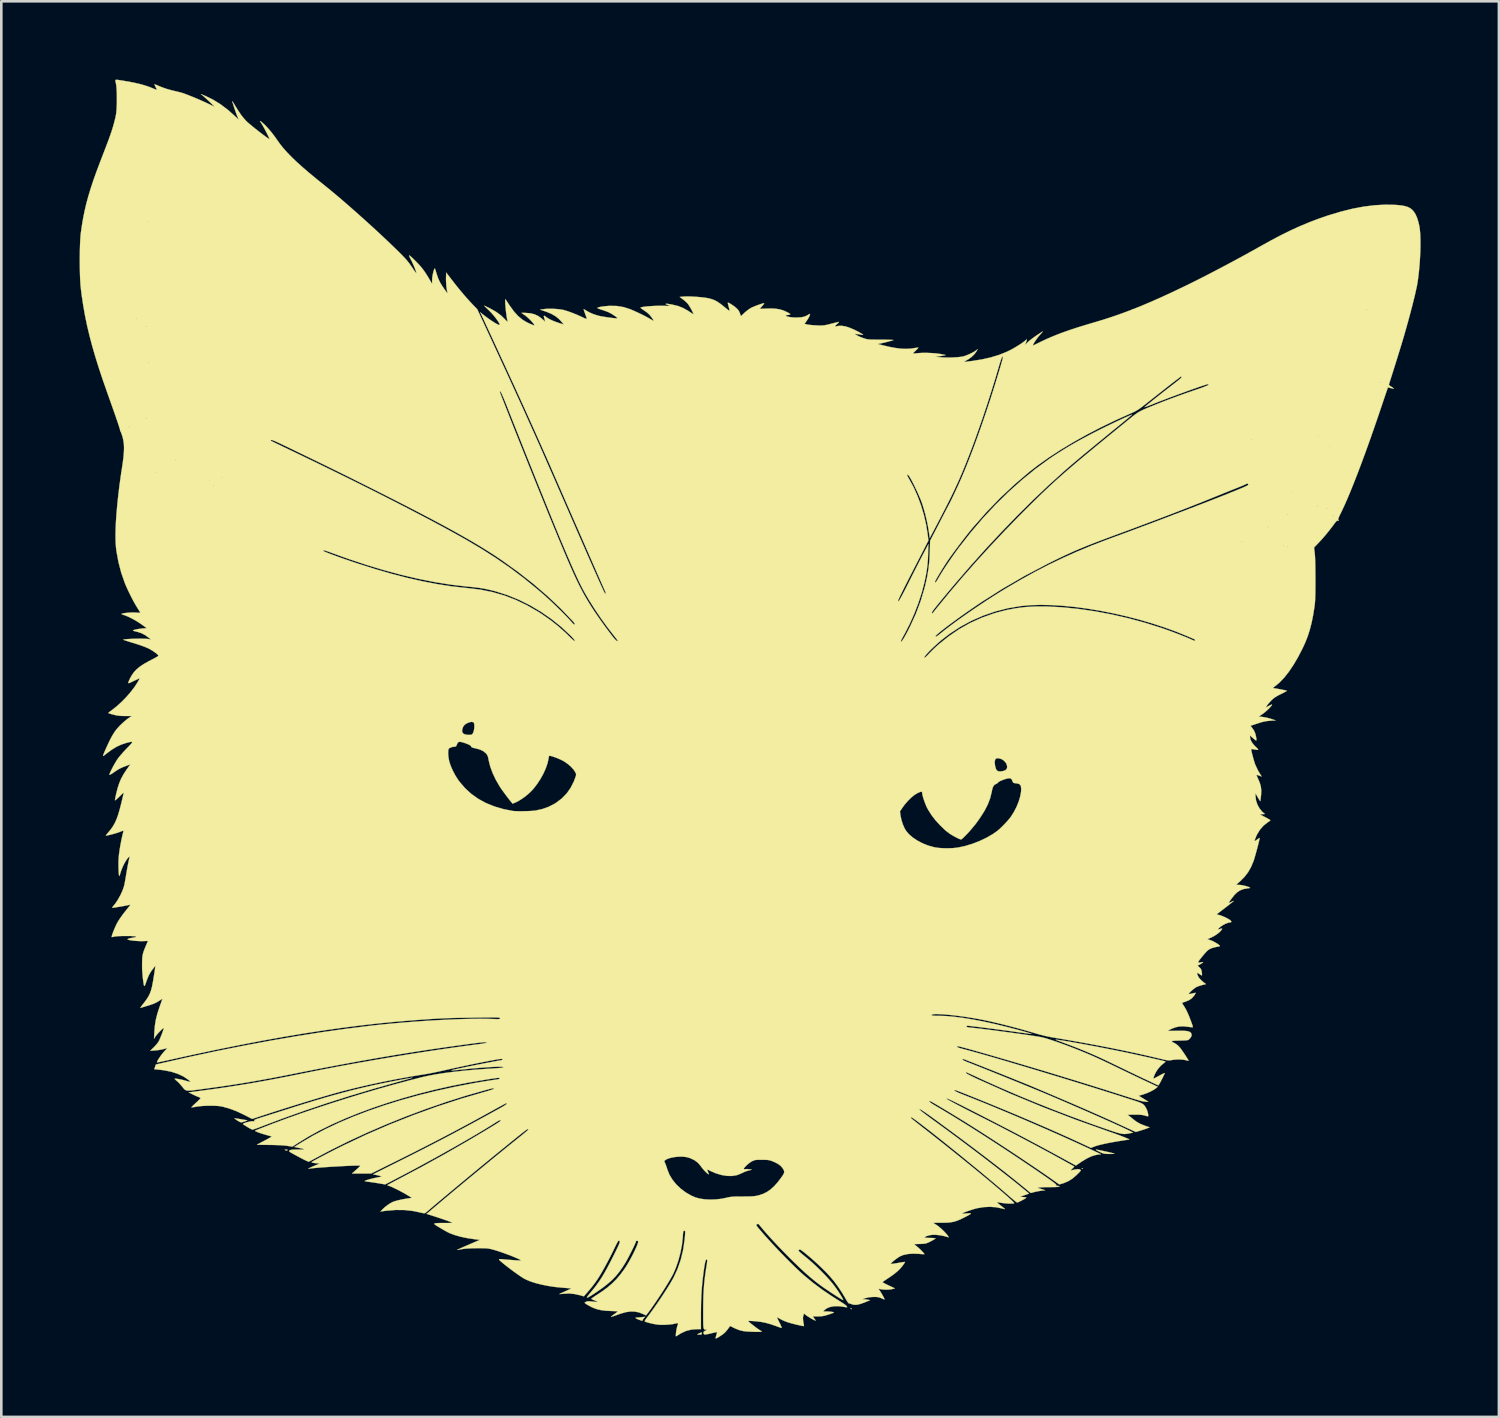
<source format=kicad_pcb>
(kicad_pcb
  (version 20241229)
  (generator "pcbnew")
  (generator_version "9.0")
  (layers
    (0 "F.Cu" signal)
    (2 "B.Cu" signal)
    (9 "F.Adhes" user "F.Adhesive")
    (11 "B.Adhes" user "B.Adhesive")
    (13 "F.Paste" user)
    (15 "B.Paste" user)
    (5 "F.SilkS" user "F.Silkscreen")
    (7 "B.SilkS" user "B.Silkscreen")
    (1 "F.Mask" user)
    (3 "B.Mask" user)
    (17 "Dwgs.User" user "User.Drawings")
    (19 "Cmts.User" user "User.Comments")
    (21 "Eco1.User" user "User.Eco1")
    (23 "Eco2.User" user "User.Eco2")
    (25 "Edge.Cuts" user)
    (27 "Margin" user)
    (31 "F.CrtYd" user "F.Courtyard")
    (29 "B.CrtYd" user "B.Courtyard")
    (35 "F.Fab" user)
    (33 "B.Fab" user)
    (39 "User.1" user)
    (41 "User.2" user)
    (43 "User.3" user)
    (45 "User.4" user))
  (footprint "tarball"
    (layer "F.Cu")
    (at 23.301 24.428)
    (property "Reference" "tarball" (at 0 0 0) (layer "F.SilkS") (effects (font (size 1.524 1.524) (thickness 0.3))))
    (attr through_hole)
    (fp_poly (pts (xy 15.128 17.28) (xy 15.122 17.29) (xy 15.101 17.291) (xy 15.078 17.286) (xy 15.088 17.279) (xy 15.121 17.276) (xy 15.128 17.28)) (stroke (width 0.01) (type solid)) (fill yes) (layer "F.SilkS"))
    (fp_poly (pts (xy 6.264 22.643) (xy 6.265 22.648) (xy 6.258 22.669) (xy 6.256 22.669) (xy 6.238 22.655) (xy 6.234 22.648) (xy 6.235 22.629) (xy 6.243 22.627) (xy 6.264 22.643)) (stroke (width 0.01) (type solid)) (fill yes) (layer "F.SilkS"))
    (fp_poly (pts (xy -15.347 16.558) (xy -15.334 16.572) (xy -15.335 16.573) (xy -15.369 16.593) (xy -15.42 16.58) (xy -15.431 16.573) (xy -15.443 16.56) (xy -15.419 16.553) (xy -15.392 16.553) (xy -15.347 16.558)) (stroke (width 0.01) (type solid)) (fill yes) (layer "F.SilkS"))
    (fp_poly (pts (xy 0.528 23.576) (xy 0.529 23.601) (xy 0.522 23.629) (xy 0.493 23.641) (xy 0.445 23.643) (xy 0.391 23.641) (xy 0.362 23.635) (xy 0.36 23.633) (xy 0.377 23.62) (xy 0.418 23.6) (xy 0.466 23.578) (xy 0.507 23.562) (xy 0.521 23.558) (xy 0.528 23.576)) (stroke (width 0.01) (type solid)) (fill yes) (layer "F.SilkS"))
    (fp_poly (pts (xy -1.688 23.012) (xy -1.721 23.055) (xy -1.736 23.088) (xy -1.736 23.089) (xy -1.738 23.105) (xy -1.751 23.11) (xy -1.783 23.104) (xy -1.841 23.084) (xy -1.889 23.066) (xy -1.965 23.035) (xy -2.004 23.01) (xy -2.005 22.994) (xy -1.966 22.987) (xy -1.961 22.987) (xy -1.914 22.985) (xy -1.842 22.98) (xy -1.776 22.973) (xy -1.64 22.96) (xy -1.688 23.012)) (stroke (width 0.01) (type solid)) (fill yes) (layer "F.SilkS"))
    (fp_poly (pts (xy -17.351 15.357) (xy -17.296 15.364) (xy -17.217 15.376) (xy -17.134 15.39) (xy -17.039 15.406) (xy -16.958 15.42) (xy -16.902 15.429) (xy -16.88 15.432) (xy -16.882 15.439) (xy -16.913 15.453) (xy -16.962 15.471) (xy -17.018 15.49) (xy -17.071 15.505) (xy -17.109 15.512) (xy -17.113 15.512) (xy -17.152 15.501) (xy -17.212 15.471) (xy -17.267 15.437) (xy -17.323 15.397) (xy -17.362 15.367) (xy -17.373 15.355) (xy -17.351 15.357)) (stroke (width 0.01) (type solid)) (fill yes) (layer "F.SilkS"))
    (fp_poly (pts (xy 15.66 16.558) (xy 15.723 16.569) (xy 15.809 16.587) (xy 15.91 16.608) (xy 16.016 16.631) (xy 16.119 16.654) (xy 16.211 16.676) (xy 16.283 16.694) (xy 16.328 16.707) (xy 16.337 16.711) (xy 16.322 16.715) (xy 16.273 16.719) (xy 16.199 16.721) (xy 16.138 16.721) (xy 16.038 16.72) (xy 15.966 16.714) (xy 15.907 16.702) (xy 15.845 16.679) (xy 15.766 16.642) (xy 15.759 16.638) (xy 15.689 16.602) (xy 15.641 16.574) (xy 15.623 16.557) (xy 15.627 16.554) (xy 15.66 16.558)) (stroke (width 0.01) (type solid)) (fill yes) (layer "F.SilkS"))
    (fp_poly (pts (xy -10.569 13.808) (xy -10.618 13.823) (xy -10.698 13.847) (xy -10.806 13.877) (xy -10.935 13.914) (xy -11.081 13.954) (xy -11.138 13.97) (xy -12.066 14.232) (xy -12.96 14.499) (xy -13.825 14.774) (xy -14.671 15.059) (xy -15.504 15.356) (xy -16.287 15.651) (xy -16.404 15.696) (xy -16.509 15.735) (xy -16.594 15.765) (xy -16.654 15.784) (xy -16.679 15.79) (xy -16.711 15.78) (xy -16.769 15.751) (xy -16.841 15.711) (xy -16.87 15.693) (xy -16.944 15.647) (xy -17.004 15.608) (xy -17.041 15.583) (xy -17.047 15.578) (xy -17.04 15.563) (xy -17.002 15.543) (xy -16.941 15.521) (xy -16.867 15.5) (xy -16.791 15.482) (xy -16.721 15.47) (xy -16.668 15.467) (xy -16.658 15.468) (xy -16.611 15.473) (xy -16.599 15.466) (xy -16.61 15.448) (xy -16.616 15.434) (xy -16.604 15.419) (xy -16.569 15.401) (xy -16.507 15.377) (xy -16.411 15.346) (xy -16.367 15.331) (xy -16.276 15.303) (xy -16.153 15.264) (xy -16.006 15.217) (xy -15.842 15.165) (xy -15.67 15.11) (xy -15.497 15.055) (xy -15.462 15.044) (xy -15.025 14.905) (xy -14.622 14.78) (xy -14.249 14.667) (xy -13.901 14.564) (xy -13.572 14.47) (xy -13.259 14.385) (xy -12.957 14.305) (xy -12.659 14.231) (xy -12.362 14.161) (xy -12.06 14.092) (xy -12.044 14.089) (xy -11.923 14.063) (xy -11.783 14.034) (xy -11.63 14.002) (xy -11.468 13.97) (xy -11.303 13.937) (xy -11.142 13.906) (xy -10.989 13.877) (xy -10.851 13.851) (xy -10.732 13.83) (xy -10.64 13.814) (xy -10.578 13.804) (xy -10.555 13.802) (xy -10.569 13.808)) (stroke (width 0.01) (type solid)) (fill yes) (layer "F.SilkS"))
    (fp_poly (pts (xy 14.163 12.351) (xy 14.254 12.363) (xy 14.373 12.382) (xy 14.518 12.406) (xy 14.685 12.435) (xy 14.871 12.468) (xy 15.074 12.504) (xy 15.289 12.544) (xy 15.514 12.586) (xy 15.746 12.63) (xy 15.981 12.676) (xy 16.216 12.722) (xy 16.449 12.769) (xy 16.675 12.815) (xy 16.891 12.86) (xy 16.933 12.869) (xy 17.059 12.896) (xy 17.202 12.928) (xy 17.355 12.962) (xy 17.515 12.997) (xy 17.673 13.033) (xy 17.825 13.068) (xy 17.965 13.1) (xy 18.087 13.128) (xy 18.185 13.152) (xy 18.253 13.168) (xy 18.285 13.177) (xy 18.286 13.193) (xy 18.253 13.226) (xy 18.211 13.257) (xy 18.113 13.34) (xy 18.016 13.45) (xy 17.932 13.573) (xy 17.87 13.695) (xy 17.866 13.707) (xy 17.843 13.771) (xy 17.83 13.818) (xy 17.829 13.835) (xy 17.849 13.829) (xy 17.899 13.805) (xy 17.97 13.769) (xy 18.046 13.728) (xy 18.129 13.682) (xy 18.198 13.647) (xy 18.245 13.625) (xy 18.262 13.619) (xy 18.257 13.641) (xy 18.235 13.69) (xy 18.203 13.759) (xy 18.163 13.839) (xy 18.121 13.921) (xy 18.081 13.996) (xy 18.047 14.055) (xy 18.024 14.09) (xy 18.018 14.096) (xy 17.996 14.087) (xy 17.94 14.061) (xy 17.855 14.022) (xy 17.746 13.971) (xy 17.617 13.91) (xy 17.472 13.842) (xy 17.367 13.792) (xy 17.189 13.707) (xy 17.001 13.617) (xy 16.811 13.526) (xy 16.63 13.438) (xy 16.466 13.359) (xy 16.33 13.293) (xy 16.309 13.283) (xy 16.058 13.162) (xy 15.823 13.051) (xy 15.598 12.949) (xy 15.374 12.852) (xy 15.146 12.756) (xy 14.904 12.659) (xy 14.643 12.558) (xy 14.355 12.45) (xy 14.097 12.355) (xy 14.082 12.346) (xy 14.105 12.345) (xy 14.163 12.351)) (stroke (width 0.01) (type solid)) (fill yes) (layer "F.SilkS"))
    (fp_poly (pts (xy -21.843 -24.419) (xy -21.758 -24.406) (xy -21.68 -24.394) (xy -21.412 -24.349) (xy -21.18 -24.303) (xy -20.975 -24.255) (xy -20.792 -24.203) (xy -20.623 -24.145) (xy -20.511 -24.1) (xy -20.435 -24.069) (xy -20.377 -24.047) (xy -20.345 -24.037) (xy -20.341 -24.037) (xy -20.35 -24.06) (xy -20.373 -24.108) (xy -20.396 -24.155) (xy -20.423 -24.216) (xy -20.431 -24.248) (xy -20.422 -24.251) (xy -20.392 -24.238) (xy -20.332 -24.213) (xy -20.252 -24.179) (xy -20.186 -24.151) (xy -20.075 -24.11) (xy -19.941 -24.066) (xy -19.8 -24.026) (xy -19.699 -24.001) (xy -19.586 -23.975) (xy -19.479 -23.949) (xy -19.39 -23.925) (xy -19.329 -23.906) (xy -19.325 -23.905) (xy -19.118 -23.826) (xy -18.892 -23.735) (xy -18.665 -23.638) (xy -18.456 -23.544) (xy -18.421 -23.527) (xy -18.129 -23.389) (xy -18.309 -23.564) (xy -18.39 -23.641) (xy -18.468 -23.714) (xy -18.535 -23.774) (xy -18.574 -23.807) (xy -18.658 -23.875) (xy -18.485 -23.804) (xy -18.197 -23.665) (xy -17.907 -23.486) (xy -17.616 -23.266) (xy -17.33 -23.01) (xy -17.207 -22.892) (xy -17.264 -23.029) (xy -17.289 -23.093) (xy -17.319 -23.176) (xy -17.351 -23.269) (xy -17.383 -23.364) (xy -17.412 -23.453) (xy -17.435 -23.528) (xy -17.449 -23.58) (xy -17.453 -23.601) (xy -17.452 -23.601) (xy -17.44 -23.584) (xy -17.411 -23.539) (xy -17.371 -23.474) (xy -17.356 -23.447) (xy -17.237 -23.255) (xy -17.129 -23.095) (xy -17.025 -22.961) (xy -16.921 -22.845) (xy -16.903 -22.827) (xy -16.854 -22.782) (xy -16.783 -22.721) (xy -16.695 -22.648) (xy -16.596 -22.568) (xy -16.491 -22.485) (xy -16.386 -22.403) (xy -16.285 -22.326) (xy -16.193 -22.258) (xy -16.117 -22.203) (xy -16.062 -22.166) (xy -16.032 -22.149) (xy -16.028 -22.149) (xy -16.034 -22.171) (xy -16.055 -22.221) (xy -16.09 -22.293) (xy -16.132 -22.379) (xy -16.179 -22.47) (xy -16.226 -22.558) (xy -16.269 -22.637) (xy -16.305 -22.698) (xy -16.308 -22.701) (xy -16.347 -22.764) (xy -16.38 -22.816) (xy -16.394 -22.839) (xy -16.39 -22.845) (xy -16.361 -22.828) (xy -16.325 -22.801) (xy -16.215 -22.703) (xy -16.093 -22.575) (xy -15.965 -22.426) (xy -15.839 -22.264) (xy -15.73 -22.109) (xy -15.623 -21.958) (xy -15.497 -21.801) (xy -15.35 -21.637) (xy -15.18 -21.462) (xy -14.985 -21.275) (xy -14.763 -21.075) (xy -14.511 -20.858) (xy -14.227 -20.623) (xy -13.91 -20.367) (xy -13.907 -20.365) (xy -13.689 -20.188) (xy -13.446 -19.986) (xy -13.185 -19.763) (xy -12.91 -19.524) (xy -12.626 -19.273) (xy -12.339 -19.016) (xy -12.054 -18.757) (xy -11.776 -18.5) (xy -11.511 -18.251) (xy -11.264 -18.014) (xy -11.057 -17.812) (xy -10.933 -17.686) (xy -10.832 -17.58) (xy -10.749 -17.485) (xy -10.676 -17.392) (xy -10.605 -17.293) (xy -10.562 -17.23) (xy -10.496 -17.132) (xy -10.446 -17.063) (xy -10.414 -17.026) (xy -10.401 -17.021) (xy -10.402 -17.029) (xy -10.426 -17.109) (xy -10.466 -17.214) (xy -10.515 -17.332) (xy -10.569 -17.45) (xy -10.623 -17.558) (xy -10.626 -17.563) (xy -10.662 -17.633) (xy -10.68 -17.677) (xy -10.678 -17.694) (xy -10.655 -17.684) (xy -10.608 -17.646) (xy -10.535 -17.578) (xy -10.436 -17.481) (xy -10.428 -17.473) (xy -10.307 -17.348) (xy -10.204 -17.23) (xy -10.111 -17.108) (xy -10.018 -16.971) (xy -9.918 -16.807) (xy -9.918 -16.806) (xy -9.8 -16.607) (xy -9.799 -16.765) (xy -9.795 -16.836) (xy -9.783 -16.917) (xy -9.767 -17.001) (xy -9.748 -17.078) (xy -9.728 -17.142) (xy -9.71 -17.183) (xy -9.695 -17.196) (xy -9.689 -17.187) (xy -9.679 -17.155) (xy -9.658 -17.092) (xy -9.632 -17.008) (xy -9.608 -16.934) (xy -9.566 -16.812) (xy -9.519 -16.706) (xy -9.46 -16.6) (xy -9.393 -16.495) (xy -9.323 -16.392) (xy -9.267 -16.316) (xy -9.229 -16.27) (xy -9.209 -16.254) (xy -9.209 -16.272) (xy -9.213 -16.282) (xy -9.229 -16.345) (xy -9.244 -16.438) (xy -9.256 -16.55) (xy -9.264 -16.669) (xy -9.268 -16.783) (xy -9.267 -16.844) (xy -9.26 -17.04) (xy -9.07 -16.791) (xy -8.88 -16.547) (xy -8.688 -16.312) (xy -8.502 -16.094) (xy -8.328 -15.902) (xy -8.269 -15.839) (xy -8.07 -15.632) (xy -7.737 -14.912) (xy -7.503 -14.407) (xy -7.286 -13.937) (xy -7.083 -13.498) (xy -6.893 -13.086) (xy -6.715 -12.697) (xy -6.546 -12.327) (xy -6.385 -11.974) (xy -6.23 -11.632) (xy -6.08 -11.299) (xy -5.932 -10.97) (xy -5.785 -10.642) (xy -5.638 -10.311) (xy -5.489 -9.973) (xy -5.336 -9.624) (xy -5.176 -9.262) (xy -5.023 -8.911) (xy -4.815 -8.435) (xy -4.623 -7.997) (xy -4.447 -7.594) (xy -4.286 -7.225) (xy -4.139 -6.889) (xy -4.005 -6.585) (xy -3.885 -6.31) (xy -3.777 -6.064) (xy -3.68 -5.844) (xy -3.594 -5.649) (xy -3.518 -5.479) (xy -3.452 -5.33) (xy -3.395 -5.203) (xy -3.346 -5.094) (xy -3.305 -5.003) (xy -3.27 -4.929) (xy -3.242 -4.869) (xy -3.219 -4.822) (xy -3.201 -4.787) (xy -3.187 -4.763) (xy -3.177 -4.747) (xy -3.169 -4.738) (xy -3.164 -4.735) (xy -3.161 -4.735) (xy -3.151 -4.752) (xy -3.159 -4.793) (xy -3.188 -4.864) (xy -3.188 -4.865) (xy -3.219 -4.934) (xy -3.263 -5.033) (xy -3.317 -5.157) (xy -3.378 -5.295) (xy -3.443 -5.442) (xy -3.507 -5.589) (xy -3.568 -5.728) (xy -3.622 -5.852) (xy -3.667 -5.953) (xy -3.683 -5.99) (xy -3.705 -6.041) (xy -3.743 -6.127) (xy -3.794 -6.244) (xy -3.857 -6.388) (xy -3.93 -6.555) (xy -4.012 -6.742) (xy -4.1 -6.945) (xy -4.194 -7.159) (xy -4.291 -7.381) (xy -4.313 -7.429) (xy -4.42 -7.676) (xy -4.533 -7.932) (xy -4.647 -8.193) (xy -4.76 -8.452) (xy -4.869 -8.703) (xy -4.972 -8.938) (xy -5.066 -9.152) (xy -5.147 -9.339) (xy -5.196 -9.451) (xy -5.337 -9.773) (xy -5.494 -10.127) (xy -5.662 -10.505) (xy -5.839 -10.902) (xy -6.023 -11.31) (xy -6.209 -11.723) (xy -6.396 -12.134) (xy -6.572 -12.52) (xy -6.647 -12.684) (xy -6.733 -12.871) (xy -6.827 -13.076) (xy -6.928 -13.294) (xy -7.032 -13.522) (xy -7.14 -13.754) (xy -7.247 -13.987) (xy -7.352 -14.215) (xy -7.453 -14.434) (xy -7.549 -14.64) (xy -7.636 -14.828) (xy -7.713 -14.994) (xy -7.777 -15.133) (xy -7.827 -15.241) (xy -7.849 -15.288) (xy -7.957 -15.517) (xy -7.889 -15.462) (xy -7.78 -15.376) (xy -7.665 -15.291) (xy -7.552 -15.212) (xy -7.445 -15.143) (xy -7.352 -15.086) (xy -7.279 -15.047) (xy -7.231 -15.029) (xy -7.225 -15.028) (xy -7.211 -15.043) (xy -7.223 -15.083) (xy -7.257 -15.144) (xy -7.308 -15.221) (xy -7.373 -15.308) (xy -7.448 -15.401) (xy -7.53 -15.494) (xy -7.615 -15.582) (xy -7.672 -15.637) (xy -7.733 -15.694) (xy -7.778 -15.739) (xy -7.802 -15.765) (xy -7.803 -15.769) (xy -7.779 -15.76) (xy -7.726 -15.736) (xy -7.652 -15.7) (xy -7.583 -15.666) (xy -7.354 -15.537) (xy -7.162 -15.396) (xy -7.005 -15.244) (xy -6.955 -15.191) (xy -6.921 -15.163) (xy -6.908 -15.161) (xy -6.908 -15.166) (xy -6.925 -15.241) (xy -6.942 -15.337) (xy -6.958 -15.445) (xy -6.972 -15.561) (xy -6.984 -15.676) (xy -6.994 -15.784) (xy -7 -15.879) (xy -7.002 -15.954) (xy -7 -16.001) (xy -6.992 -16.014) (xy -6.99 -16.013) (xy -6.972 -15.988) (xy -6.935 -15.935) (xy -6.886 -15.861) (xy -6.83 -15.775) (xy -6.825 -15.769) (xy -6.666 -15.549) (xy -6.503 -15.37) (xy -6.336 -15.231) (xy -6.181 -15.139) (xy -6.06 -15.081) (xy -5.972 -15.043) (xy -5.917 -15.022) (xy -5.889 -15.018) (xy -5.884 -15.024) (xy -5.9 -15.058) (xy -5.94 -15.112) (xy -5.998 -15.179) (xy -6.067 -15.25) (xy -6.14 -15.317) (xy -6.208 -15.374) (xy -6.229 -15.39) (xy -6.378 -15.494) (xy -6.242 -15.494) (xy -6.05 -15.481) (xy -5.885 -15.442) (xy -5.736 -15.374) (xy -5.595 -15.272) (xy -5.555 -15.237) (xy -5.464 -15.153) (xy -5.494 -15.253) (xy -5.516 -15.333) (xy -5.521 -15.375) (xy -5.505 -15.384) (xy -5.465 -15.362) (xy -5.42 -15.327) (xy -5.326 -15.266) (xy -5.198 -15.203) (xy -5.045 -15.142) (xy -4.875 -15.085) (xy -4.869 -15.083) (xy -4.76 -15.051) (xy -4.826 -15.134) (xy -4.941 -15.26) (xy -5.074 -15.366) (xy -5.23 -15.456) (xy -5.419 -15.535) (xy -5.504 -15.564) (xy -5.662 -15.616) (xy -5.556 -15.634) (xy -5.44 -15.647) (xy -5.298 -15.652) (xy -5.144 -15.649) (xy -4.991 -15.639) (xy -4.854 -15.622) (xy -4.756 -15.603) (xy -4.598 -15.555) (xy -4.419 -15.49) (xy -4.232 -15.414) (xy -4.051 -15.332) (xy -4.038 -15.325) (xy -3.964 -15.291) (xy -3.908 -15.269) (xy -3.877 -15.261) (xy -3.873 -15.263) (xy -3.88 -15.29) (xy -3.899 -15.346) (xy -3.925 -15.422) (xy -3.937 -15.455) (xy -3.965 -15.533) (xy -3.985 -15.595) (xy -3.994 -15.63) (xy -3.994 -15.635) (xy -3.974 -15.628) (xy -3.932 -15.603) (xy -3.908 -15.587) (xy -3.778 -15.513) (xy -3.62 -15.445) (xy -3.445 -15.389) (xy -3.443 -15.388) (xy -3.375 -15.373) (xy -3.283 -15.355) (xy -3.175 -15.338) (xy -3.062 -15.321) (xy -2.951 -15.306) (xy -2.85 -15.294) (xy -2.77 -15.287) (xy -2.718 -15.285) (xy -2.706 -15.287) (xy -2.709 -15.301) (xy -2.741 -15.331) (xy -2.794 -15.371) (xy -2.862 -15.417) (xy -2.935 -15.462) (xy -3.006 -15.501) (xy -3.053 -15.523) (xy -3.133 -15.555) (xy -3.231 -15.59) (xy -3.318 -15.618) (xy -3.391 -15.643) (xy -3.445 -15.665) (xy -3.471 -15.68) (xy -3.471 -15.682) (xy -3.451 -15.698) (xy -3.396 -15.715) (xy -3.312 -15.731) (xy -3.207 -15.746) (xy -3.087 -15.757) (xy -2.995 -15.763) (xy -2.722 -15.758) (xy -2.463 -15.715) (xy -2.226 -15.639) (xy -2.088 -15.582) (xy -1.937 -15.513) (xy -1.782 -15.44) (xy -1.638 -15.367) (xy -1.514 -15.3) (xy -1.455 -15.266) (xy -1.389 -15.227) (xy -1.339 -15.201) (xy -1.314 -15.193) (xy -1.313 -15.194) (xy -1.325 -15.217) (xy -1.355 -15.265) (xy -1.398 -15.327) (xy -1.403 -15.335) (xy -1.476 -15.425) (xy -1.567 -15.507) (xy -1.667 -15.579) (xy -1.746 -15.632) (xy -1.793 -15.666) (xy -1.814 -15.687) (xy -1.812 -15.7) (xy -1.791 -15.708) (xy -1.784 -15.71) (xy -1.71 -15.724) (xy -1.603 -15.738) (xy -1.474 -15.749) (xy -1.333 -15.758) (xy -1.188 -15.764) (xy -1.051 -15.767) (xy -0.935 -15.765) (xy -0.826 -15.761) (xy -0.755 -15.76) (xy -0.716 -15.762) (xy -0.706 -15.768) (xy -0.719 -15.777) (xy -0.73 -15.782) (xy -0.782 -15.802) (xy -0.82 -15.811) (xy -0.82 -15.811) (xy -0.845 -15.825) (xy -0.847 -15.832) (xy -0.844 -15.841) (xy -0.831 -15.845) (xy -0.8 -15.843) (xy -0.746 -15.835) (xy -0.661 -15.821) (xy -0.593 -15.808) (xy -0.382 -15.758) (xy -0.187 -15.681) (xy 0.006 -15.573) (xy 0.079 -15.524) (xy 0.142 -15.482) (xy 0.188 -15.454) (xy 0.211 -15.445) (xy 0.212 -15.446) (xy 0.201 -15.479) (xy 0.174 -15.538) (xy 0.136 -15.612) (xy 0.092 -15.691) (xy 0.048 -15.764) (xy 0.01 -15.823) (xy -0.004 -15.842) (xy -0.058 -15.898) (xy -0.129 -15.962) (xy -0.194 -16.014) (xy -0.317 -16.104) (xy -0.161 -16.119) (xy -0.062 -16.123) (xy 0.068 -16.122) (xy 0.217 -16.115) (xy 0.373 -16.105) (xy 0.525 -16.091) (xy 0.662 -16.074) (xy 0.772 -16.056) (xy 0.79 -16.052) (xy 0.92 -16.017) (xy 1.035 -15.972) (xy 1.147 -15.909) (xy 1.267 -15.824) (xy 1.341 -15.765) (xy 1.442 -15.682) (xy 1.514 -15.624) (xy 1.56 -15.59) (xy 1.585 -15.579) (xy 1.593 -15.59) (xy 1.588 -15.622) (xy 1.575 -15.673) (xy 1.565 -15.71) (xy 1.546 -15.786) (xy 1.531 -15.847) (xy 1.525 -15.88) (xy 1.524 -15.882) (xy 1.54 -15.885) (xy 1.581 -15.868) (xy 1.639 -15.835) (xy 1.706 -15.792) (xy 1.775 -15.743) (xy 1.836 -15.694) (xy 1.894 -15.639) (xy 1.936 -15.589) (xy 1.969 -15.529) (xy 2.002 -15.445) (xy 2.009 -15.426) (xy 2.03 -15.369) (xy 2.16 -15.493) (xy 2.239 -15.562) (xy 2.326 -15.628) (xy 2.404 -15.678) (xy 2.41 -15.681) (xy 2.474 -15.712) (xy 2.556 -15.747) (xy 2.646 -15.782) (xy 2.736 -15.814) (xy 2.817 -15.841) (xy 2.879 -15.859) (xy 2.915 -15.864) (xy 2.919 -15.863) (xy 2.913 -15.843) (xy 2.885 -15.805) (xy 2.877 -15.795) (xy 2.83 -15.742) (xy 2.789 -15.694) (xy 2.788 -15.693) (xy 2.751 -15.648) (xy 3 -15.658) (xy 3.201 -15.662) (xy 3.37 -15.652) (xy 3.517 -15.628) (xy 3.65 -15.588) (xy 3.772 -15.534) (xy 3.854 -15.492) (xy 3.901 -15.463) (xy 3.919 -15.445) (xy 3.913 -15.433) (xy 3.905 -15.429) (xy 3.851 -15.416) (xy 3.805 -15.411) (xy 3.762 -15.404) (xy 3.747 -15.391) (xy 3.766 -15.37) (xy 3.82 -15.351) (xy 3.9 -15.334) (xy 3.997 -15.322) (xy 4.103 -15.316) (xy 4.149 -15.315) (xy 4.298 -15.321) (xy 4.415 -15.339) (xy 4.512 -15.37) (xy 4.598 -15.417) (xy 4.601 -15.419) (xy 4.647 -15.446) (xy 4.674 -15.454) (xy 4.678 -15.45) (xy 4.666 -15.4) (xy 4.633 -15.328) (xy 4.584 -15.244) (xy 4.543 -15.183) (xy 4.466 -15.076) (xy 4.556 -15.051) (xy 4.612 -15.04) (xy 4.699 -15.03) (xy 4.804 -15.021) (xy 4.917 -15.014) (xy 4.921 -15.014) (xy 5.039 -15.01) (xy 5.13 -15.01) (xy 5.206 -15.016) (xy 5.283 -15.028) (xy 5.375 -15.049) (xy 5.45 -15.068) (xy 5.553 -15.095) (xy 5.646 -15.118) (xy 5.717 -15.136) (xy 5.757 -15.146) (xy 5.78 -15.148) (xy 5.779 -15.136) (xy 5.751 -15.104) (xy 5.704 -15.06) (xy 5.653 -15.009) (xy 5.631 -14.979) (xy 5.641 -14.973) (xy 5.641 -14.973) (xy 5.773 -14.996) (xy 5.905 -14.997) (xy 6.044 -14.973) (xy 6.198 -14.923) (xy 6.373 -14.847) (xy 6.43 -14.819) (xy 6.547 -14.759) (xy 6.633 -14.71) (xy 6.688 -14.675) (xy 6.71 -14.654) (xy 6.696 -14.648) (xy 6.665 -14.654) (xy 6.615 -14.663) (xy 6.543 -14.674) (xy 6.498 -14.679) (xy 6.382 -14.692) (xy 6.466 -14.638) (xy 6.528 -14.604) (xy 6.613 -14.566) (xy 6.706 -14.531) (xy 6.72 -14.526) (xy 6.775 -14.508) (xy 6.823 -14.494) (xy 6.871 -14.484) (xy 6.927 -14.477) (xy 6.996 -14.472) (xy 7.086 -14.47) (xy 7.202 -14.469) (xy 7.353 -14.468) (xy 7.402 -14.468) (xy 7.545 -14.467) (xy 7.668 -14.465) (xy 7.766 -14.462) (xy 7.834 -14.458) (xy 7.867 -14.454) (xy 7.867 -14.45) (xy 7.808 -14.431) (xy 7.719 -14.406) (xy 7.616 -14.379) (xy 7.509 -14.353) (xy 7.414 -14.331) (xy 7.398 -14.328) (xy 7.271 -14.302) (xy 7.419 -14.264) (xy 7.695 -14.197) (xy 7.939 -14.151) (xy 8.157 -14.123) (xy 8.354 -14.115) (xy 8.535 -14.125) (xy 8.673 -14.145) (xy 8.747 -14.158) (xy 8.801 -14.163) (xy 8.826 -14.161) (xy 8.826 -14.16) (xy 8.812 -14.139) (xy 8.774 -14.099) (xy 8.721 -14.047) (xy 8.719 -14.045) (xy 8.667 -13.994) (xy 8.631 -13.956) (xy 8.619 -13.939) (xy 8.619 -13.938) (xy 8.641 -13.938) (xy 8.697 -13.941) (xy 8.776 -13.948) (xy 8.848 -13.955) (xy 8.988 -13.963) (xy 9.153 -13.962) (xy 9.331 -13.955) (xy 9.506 -13.941) (xy 9.663 -13.921) (xy 9.763 -13.903) (xy 9.874 -13.878) (xy 9.8 -13.862) (xy 9.737 -13.849) (xy 9.654 -13.835) (xy 9.599 -13.827) (xy 9.472 -13.809) (xy 9.705 -13.791) (xy 9.852 -13.784) (xy 10.01 -13.782) (xy 10.169 -13.787) (xy 10.318 -13.796) (xy 10.447 -13.809) (xy 10.545 -13.827) (xy 10.557 -13.83) (xy 10.663 -13.865) (xy 10.78 -13.914) (xy 10.894 -13.969) (xy 10.989 -14.024) (xy 11.025 -14.049) (xy 11.098 -14.104) (xy 11.047 -14.013) (xy 10.974 -13.913) (xy 10.871 -13.812) (xy 10.751 -13.723) (xy 10.681 -13.683) (xy 10.622 -13.65) (xy 10.581 -13.627) (xy 10.57 -13.617) (xy 10.591 -13.618) (xy 10.647 -13.623) (xy 10.73 -13.633) (xy 10.832 -13.645) (xy 10.881 -13.651) (xy 11.257 -13.711) (xy 11.6 -13.788) (xy 11.914 -13.884) (xy 12.206 -14.001) (xy 12.328 -14.059) (xy 12.425 -14.11) (xy 12.532 -14.172) (xy 12.641 -14.238) (xy 12.744 -14.304) (xy 12.832 -14.365) (xy 12.899 -14.415) (xy 12.934 -14.447) (xy 12.965 -14.477) (xy 12.979 -14.47) (xy 12.974 -14.431) (xy 12.953 -14.37) (xy 12.911 -14.263) (xy 13.015 -14.37) (xy 13.079 -14.427) (xy 13.172 -14.501) (xy 13.286 -14.584) (xy 13.413 -14.671) (xy 13.546 -14.757) (xy 13.589 -14.783) (xy 13.589 -14.778) (xy 13.565 -14.747) (xy 13.521 -14.696) (xy 13.482 -14.653) (xy 13.428 -14.59) (xy 13.371 -14.516) (xy 13.317 -14.44) (xy 13.27 -14.367) (xy 13.234 -14.305) (xy 13.215 -14.262) (xy 13.217 -14.245) (xy 13.218 -14.245) (xy 13.24 -14.254) (xy 13.293 -14.279) (xy 13.37 -14.316) (xy 13.463 -14.361) (xy 13.499 -14.38) (xy 13.74 -14.494) (xy 13.999 -14.605) (xy 14.281 -14.716) (xy 14.589 -14.826) (xy 14.929 -14.938) (xy 15.304 -15.053) (xy 15.536 -15.121) (xy 15.897 -15.229) (xy 16.253 -15.345) (xy 16.61 -15.469) (xy 16.971 -15.604) (xy 16.987 -15.61) (xy 25.971 -15.61) (xy 25.982 -15.6) (xy 25.993 -15.61) (xy 25.982 -15.621) (xy 25.971 -15.61) (xy 16.987 -15.61) (xy 17.343 -15.752) (xy 17.729 -15.915) (xy 18.135 -16.095) (xy 18.565 -16.294) (xy 19.024 -16.513) (xy 19.166 -16.582) (xy 19.479 -16.737) (xy 19.82 -16.91) (xy 20.181 -17.097) (xy 20.555 -17.294) (xy 20.933 -17.496) (xy 21.309 -17.7) (xy 21.674 -17.902) (xy 21.929 -18.045) (xy 22.336 -18.271) (xy 22.718 -18.472) (xy 23.081 -18.651) (xy 23.432 -18.811) (xy 23.777 -18.956) (xy 24.122 -19.088) (xy 24.474 -19.21) (xy 24.532 -19.229) (xy 25.007 -19.372) (xy 25.458 -19.484) (xy 25.887 -19.565) (xy 26.298 -19.616) (xy 26.694 -19.638) (xy 26.942 -19.637) (xy 27.15 -19.627) (xy 27.322 -19.61) (xy 27.462 -19.584) (xy 27.576 -19.549) (xy 27.668 -19.501) (xy 27.744 -19.44) (xy 27.801 -19.376) (xy 27.865 -19.277) (xy 27.919 -19.157) (xy 27.968 -19.009) (xy 28.01 -18.838) (xy 28.032 -18.7) (xy 28.048 -18.526) (xy 28.056 -18.323) (xy 28.057 -18.096) (xy 28.052 -17.851) (xy 28.04 -17.595) (xy 28.022 -17.334) (xy 27.998 -17.074) (xy 27.968 -16.82) (xy 27.948 -16.679) (xy 27.926 -16.55) (xy 27.891 -16.386) (xy 27.847 -16.19) (xy 27.793 -15.969) (xy 27.732 -15.726) (xy 27.664 -15.466) (xy 27.59 -15.193) (xy 27.512 -14.914) (xy 27.432 -14.632) (xy 27.355 -14.373) (xy 27.326 -14.277) (xy 27.289 -14.157) (xy 27.246 -14.017) (xy 27.198 -13.862) (xy 27.148 -13.7) (xy 27.096 -13.534) (xy 27.045 -13.371) (xy 26.996 -13.216) (xy 26.951 -13.075) (xy 26.912 -12.952) (xy 26.881 -12.854) (xy 26.859 -12.786) (xy 26.848 -12.755) (xy 26.859 -12.727) (xy 26.904 -12.688) (xy 26.932 -12.671) (xy 27.002 -12.627) (xy 27.033 -12.6) (xy 27.026 -12.59) (xy 26.979 -12.598) (xy 26.934 -12.609) (xy 26.87 -12.626) (xy 26.825 -12.635) (xy 26.81 -12.634) (xy 26.802 -12.613) (xy 26.782 -12.556) (xy 26.752 -12.469) (xy 26.713 -12.355) (xy 26.668 -12.221) (xy 26.617 -12.07) (xy 26.58 -11.959) (xy 26.416 -11.475) (xy 26.254 -11.006) (xy 26.096 -10.556) (xy 25.941 -10.126) (xy 25.79 -9.719) (xy 25.646 -9.338) (xy 25.508 -8.985) (xy 25.378 -8.662) (xy 25.256 -8.371) (xy 25.144 -8.117) (xy 25.042 -7.899) (xy 25.016 -7.847) (xy 24.964 -7.742) (xy 24.93 -7.667) (xy 24.912 -7.615) (xy 24.907 -7.581) (xy 24.913 -7.556) (xy 24.914 -7.554) (xy 24.928 -7.524) (xy 24.914 -7.524) (xy 24.898 -7.532) (xy 24.876 -7.538) (xy 24.853 -7.528) (xy 24.821 -7.497) (xy 24.775 -7.439) (xy 24.733 -7.382) (xy 24.593 -7.197) (xy 24.438 -7.004) (xy 24.279 -6.82) (xy 24.136 -6.666) (xy 23.981 -6.505) (xy 24.007 -6.295) (xy 24.015 -6.204) (xy 24.022 -6.074) (xy 24.028 -5.907) (xy 24.031 -5.706) (xy 24.033 -5.474) (xy 24.034 -5.292) (xy 24.034 -5.069) (xy 24.033 -4.884) (xy 24.03 -4.73) (xy 24.027 -4.601) (xy 24.022 -4.493) (xy 24.016 -4.4) (xy 24.007 -4.315) (xy 23.997 -4.234) (xy 23.997 -4.233) (xy 23.945 -3.909) (xy 23.886 -3.618) (xy 23.817 -3.352) (xy 23.737 -3.102) (xy 23.641 -2.859) (xy 23.54 -2.64) (xy 23.367 -2.306) (xy 23.191 -2.008) (xy 23.015 -1.746) (xy 22.838 -1.522) (xy 22.661 -1.338) (xy 22.514 -1.214) (xy 22.456 -1.17) (xy 22.418 -1.137) (xy 22.406 -1.122) (xy 22.407 -1.122) (xy 22.443 -1.118) (xy 22.508 -1.108) (xy 22.59 -1.094) (xy 22.681 -1.077) (xy 22.77 -1.059) (xy 22.85 -1.043) (xy 22.91 -1.029) (xy 22.941 -1.02) (xy 22.943 -1.018) (xy 22.925 -1.005) (xy 22.875 -0.977) (xy 22.802 -0.938) (xy 22.713 -0.894) (xy 22.705 -0.89) (xy 22.584 -0.828) (xy 22.491 -0.772) (xy 22.415 -0.715) (xy 22.342 -0.647) (xy 22.341 -0.646) (xy 22.277 -0.577) (xy 22.219 -0.509) (xy 22.179 -0.455) (xy 22.174 -0.446) (xy 22.134 -0.374) (xy 22.254 -0.443) (xy 22.314 -0.474) (xy 22.357 -0.491) (xy 22.373 -0.49) (xy 22.358 -0.458) (xy 22.317 -0.407) (xy 22.257 -0.343) (xy 22.185 -0.274) (xy 22.109 -0.207) (xy 22.036 -0.149) (xy 22.005 -0.127) (xy 21.864 -0.032) (xy 22.009 -0.017) (xy 22.1 -0.002) (xy 22.21 0.022) (xy 22.316 0.052) (xy 22.332 0.056) (xy 22.511 0.115) (xy 22.299 0.129) (xy 22.189 0.139) (xy 22.087 0.156) (xy 21.978 0.182) (xy 21.849 0.222) (xy 21.818 0.232) (xy 21.548 0.322) (xy 21.608 0.399) (xy 21.68 0.503) (xy 21.726 0.605) (xy 21.757 0.727) (xy 21.757 0.729) (xy 21.773 0.819) (xy 21.776 0.87) (xy 21.763 0.885) (xy 21.729 0.867) (xy 21.671 0.819) (xy 21.654 0.804) (xy 21.526 0.694) (xy 21.527 0.755) (xy 21.547 0.853) (xy 21.603 0.961) (xy 21.691 1.072) (xy 21.744 1.125) (xy 21.809 1.187) (xy 21.84 1.226) (xy 21.835 1.243) (xy 21.794 1.244) (xy 21.714 1.231) (xy 21.695 1.228) (xy 21.632 1.217) (xy 21.587 1.213) (xy 21.575 1.215) (xy 21.575 1.239) (xy 21.585 1.295) (xy 21.603 1.375) (xy 21.627 1.469) (xy 21.654 1.569) (xy 21.682 1.666) (xy 21.709 1.752) (xy 21.732 1.818) (xy 21.733 1.82) (xy 21.835 2.035) (xy 21.941 2.211) (xy 21.976 2.265) (xy 21.886 2.233) (xy 21.829 2.214) (xy 21.789 2.203) (xy 21.781 2.201) (xy 21.782 2.219) (xy 21.799 2.265) (xy 21.828 2.331) (xy 21.837 2.352) (xy 21.903 2.507) (xy 21.943 2.648) (xy 21.959 2.789) (xy 21.954 2.947) (xy 21.95 2.989) (xy 21.941 3.079) (xy 21.932 3.152) (xy 21.925 3.198) (xy 21.922 3.21) (xy 21.909 3.196) (xy 21.881 3.153) (xy 21.843 3.09) (xy 21.827 3.063) (xy 21.739 2.91) (xy 21.739 3.018) (xy 21.757 3.175) (xy 21.809 3.334) (xy 21.89 3.483) (xy 21.993 3.61) (xy 22.02 3.634) (xy 22.097 3.702) (xy 21.904 3.715) (xy 22.106 3.821) (xy 22.189 3.865) (xy 22.255 3.903) (xy 22.298 3.929) (xy 22.309 3.94) (xy 22.293 3.958) (xy 22.251 3.99) (xy 22.205 4.021) (xy 22.048 4.145) (xy 21.911 4.3) (xy 21.802 4.476) (xy 21.772 4.539) (xy 21.739 4.62) (xy 21.715 4.685) (xy 21.704 4.726) (xy 21.704 4.735) (xy 21.725 4.73) (xy 21.768 4.703) (xy 21.802 4.678) (xy 21.852 4.641) (xy 21.887 4.619) (xy 21.896 4.617) (xy 21.895 4.64) (xy 21.883 4.697) (xy 21.864 4.78) (xy 21.839 4.882) (xy 21.809 4.997) (xy 21.777 5.116) (xy 21.745 5.233) (xy 21.714 5.341) (xy 21.687 5.432) (xy 21.665 5.499) (xy 21.663 5.503) (xy 21.568 5.731) (xy 21.456 5.929) (xy 21.32 6.106) (xy 21.154 6.273) (xy 21.133 6.292) (xy 20.995 6.413) (xy 21.086 6.414) (xy 21.17 6.42) (xy 21.271 6.438) (xy 21.373 6.462) (xy 21.46 6.489) (xy 21.499 6.506) (xy 21.527 6.522) (xy 21.53 6.532) (xy 21.501 6.54) (xy 21.437 6.548) (xy 21.284 6.575) (xy 21.155 6.623) (xy 21.042 6.695) (xy 20.935 6.798) (xy 20.84 6.917) (xy 20.785 6.992) (xy 20.743 7.054) (xy 20.717 7.095) (xy 20.711 7.108) (xy 20.732 7.103) (xy 20.778 7.084) (xy 20.807 7.07) (xy 20.86 7.044) (xy 20.896 7.032) (xy 20.903 7.031) (xy 20.889 7.046) (xy 20.846 7.082) (xy 20.78 7.135) (xy 20.695 7.202) (xy 20.596 7.279) (xy 20.58 7.291) (xy 20.25 7.544) (xy 20.351 7.57) (xy 20.441 7.6) (xy 20.546 7.644) (xy 20.65 7.695) (xy 20.738 7.745) (xy 20.772 7.77) (xy 20.81 7.81) (xy 20.811 7.839) (xy 20.774 7.853) (xy 20.764 7.853) (xy 20.692 7.866) (xy 20.601 7.9) (xy 20.504 7.949) (xy 20.415 8.007) (xy 20.377 8.038) (xy 20.323 8.088) (xy 20.299 8.114) (xy 20.31 8.121) (xy 20.356 8.111) (xy 20.423 8.093) (xy 20.458 8.087) (xy 20.46 8.103) (xy 20.45 8.122) (xy 20.403 8.184) (xy 20.327 8.255) (xy 20.233 8.325) (xy 20.13 8.388) (xy 20.057 8.425) (xy 19.898 8.495) (xy 20.019 8.536) (xy 20.09 8.564) (xy 20.169 8.605) (xy 20.248 8.651) (xy 20.316 8.696) (xy 20.362 8.734) (xy 20.377 8.754) (xy 20.363 8.769) (xy 20.321 8.78) (xy 20.31 8.78) (xy 20.25 8.79) (xy 20.169 8.808) (xy 20.099 8.828) (xy 20.034 8.85) (xy 19.978 8.877) (xy 19.925 8.913) (xy 19.868 8.964) (xy 19.802 9.036) (xy 19.72 9.133) (xy 19.667 9.197) (xy 19.598 9.284) (xy 19.557 9.343) (xy 19.543 9.378) (xy 19.557 9.393) (xy 19.599 9.392) (xy 19.66 9.38) (xy 19.716 9.371) (xy 19.734 9.377) (xy 19.713 9.399) (xy 19.653 9.437) (xy 19.622 9.455) (xy 19.519 9.513) (xy 19.593 9.577) (xy 19.638 9.623) (xy 19.664 9.673) (xy 19.68 9.743) (xy 19.683 9.763) (xy 19.689 9.831) (xy 19.687 9.874) (xy 19.68 9.885) (xy 19.653 9.873) (xy 19.607 9.843) (xy 19.588 9.829) (xy 19.541 9.797) (xy 19.511 9.782) (xy 19.505 9.782) (xy 19.505 9.807) (xy 19.516 9.855) (xy 19.521 9.874) (xy 19.565 9.961) (xy 19.645 10.055) (xy 19.757 10.152) (xy 19.769 10.162) (xy 19.842 10.216) (xy 19.697 10.252) (xy 19.609 10.278) (xy 19.523 10.308) (xy 19.468 10.332) (xy 19.42 10.363) (xy 19.361 10.408) (xy 19.3 10.461) (xy 19.245 10.513) (xy 19.203 10.559) (xy 19.183 10.589) (xy 19.183 10.596) (xy 19.207 10.597) (xy 19.26 10.588) (xy 19.317 10.575) (xy 19.383 10.559) (xy 19.431 10.551) (xy 19.448 10.551) (xy 19.442 10.571) (xy 19.416 10.615) (xy 19.389 10.657) (xy 19.302 10.757) (xy 19.192 10.833) (xy 19.05 10.891) (xy 19.05 10.891) (xy 18.986 10.912) (xy 18.941 10.928) (xy 18.926 10.934) (xy 18.933 10.953) (xy 18.958 10.996) (xy 18.982 11.032) (xy 19.026 11.102) (xy 19.076 11.189) (xy 19.107 11.25) (xy 19.14 11.32) (xy 19.177 11.408) (xy 19.217 11.505) (xy 19.255 11.605) (xy 19.29 11.699) (xy 19.318 11.779) (xy 19.335 11.838) (xy 19.34 11.866) (xy 19.34 11.867) (xy 19.315 11.869) (xy 19.26 11.865) (xy 19.183 11.856) (xy 19.156 11.852) (xy 18.976 11.834) (xy 18.819 11.84) (xy 18.676 11.87) (xy 18.537 11.923) (xy 18.463 11.958) (xy 18.406 11.986) (xy 18.375 12.003) (xy 18.373 12.005) (xy 18.393 12.007) (xy 18.448 12.008) (xy 18.532 12.008) (xy 18.637 12.006) (xy 18.727 12.005) (xy 18.89 12.003) (xy 19.016 12.006) (xy 19.111 12.015) (xy 19.181 12.03) (xy 19.23 12.052) (xy 19.264 12.083) (xy 19.275 12.098) (xy 19.294 12.163) (xy 19.274 12.236) (xy 19.216 12.312) (xy 19.205 12.322) (xy 19.181 12.343) (xy 19.153 12.357) (xy 19.113 12.366) (xy 19.054 12.372) (xy 18.967 12.375) (xy 18.874 12.378) (xy 18.734 12.381) (xy 18.633 12.385) (xy 18.568 12.391) (xy 18.535 12.401) (xy 18.533 12.414) (xy 18.556 12.433) (xy 18.604 12.459) (xy 18.624 12.469) (xy 18.72 12.527) (xy 18.803 12.602) (xy 18.856 12.664) (xy 18.899 12.721) (xy 18.951 12.795) (xy 19.008 12.879) (xy 19.064 12.963) (xy 19.113 13.04) (xy 19.152 13.103) (xy 19.174 13.143) (xy 19.177 13.153) (xy 19.159 13.152) (xy 19.113 13.142) (xy 19.078 13.132) (xy 18.985 13.114) (xy 18.865 13.104) (xy 18.734 13.104) (xy 18.607 13.113) (xy 18.522 13.127) (xy 18.476 13.135) (xy 18.433 13.138) (xy 18.386 13.136) (xy 18.325 13.128) (xy 18.245 13.111) (xy 18.136 13.086) (xy 18.044 13.064) (xy 17.611 12.962) (xy 17.142 12.857) (xy 16.645 12.752) (xy 16.124 12.647) (xy 15.589 12.544) (xy 15.044 12.444) (xy 14.496 12.348) (xy 14.129 12.286) (xy 13.924 12.251) (xy 13.744 12.215) (xy 13.573 12.174) (xy 13.393 12.126) (xy 13.208 12.072) (xy 12.957 11.998) (xy 12.684 11.922) (xy 12.4 11.846) (xy 12.115 11.773) (xy 11.839 11.706) (xy 11.581 11.646) (xy 11.352 11.597) (xy 11.324 11.591) (xy 11.109 11.55) (xy 10.89 11.512) (xy 10.671 11.477) (xy 10.455 11.447) (xy 10.247 11.42) (xy 10.051 11.399) (xy 9.871 11.382) (xy 9.71 11.37) (xy 9.573 11.365) (xy 9.463 11.365) (xy 9.385 11.372) (xy 9.342 11.387) (xy 9.335 11.398) (xy 9.341 11.412) (xy 9.364 11.421) (xy 9.41 11.426) (xy 9.485 11.429) (xy 9.596 11.43) (xy 9.6 11.43) (xy 9.881 11.439) (xy 10.199 11.467) (xy 10.549 11.512) (xy 10.931 11.575) (xy 11.343 11.655) (xy 11.781 11.751) (xy 12.244 11.864) (xy 12.729 11.992) (xy 12.959 12.056) (xy 13.044 12.081) (xy 13.111 12.103) (xy 13.15 12.118) (xy 13.157 12.123) (xy 13.135 12.122) (xy 13.076 12.116) (xy 12.987 12.105) (xy 12.871 12.09) (xy 12.734 12.071) (xy 12.583 12.05) (xy 12.549 12.045) (xy 12.397 12.024) (xy 12.228 12.001) (xy 12.047 11.977) (xy 11.859 11.952) (xy 11.669 11.927) (xy 11.483 11.903) (xy 11.305 11.881) (xy 11.141 11.86) (xy 10.995 11.843) (xy 10.874 11.828) (xy 10.781 11.818) (xy 10.722 11.812) (xy 10.705 11.811) (xy 10.674 11.825) (xy 10.668 11.84) (xy 10.683 11.857) (xy 10.73 11.871) (xy 10.815 11.882) (xy 10.832 11.883) (xy 10.94 11.894) (xy 11.083 11.91) (xy 11.257 11.931) (xy 11.456 11.956) (xy 11.672 11.983) (xy 11.902 12.013) (xy 12.138 12.045) (xy 12.375 12.077) (xy 12.607 12.109) (xy 12.829 12.14) (xy 13.034 12.17) (xy 13.216 12.197) (xy 13.37 12.221) (xy 13.49 12.241) (xy 13.522 12.247) (xy 13.624 12.27) (xy 13.76 12.309) (xy 13.924 12.361) (xy 14.111 12.424) (xy 14.316 12.497) (xy 14.533 12.577) (xy 14.758 12.663) (xy 14.986 12.753) (xy 15.21 12.845) (xy 15.427 12.936) (xy 15.579 13.003) (xy 15.694 13.055) (xy 15.835 13.12) (xy 15.992 13.194) (xy 16.152 13.27) (xy 16.305 13.344) (xy 16.33 13.356) (xy 16.532 13.454) (xy 16.757 13.562) (xy 16.994 13.676) (xy 17.234 13.79) (xy 17.465 13.9) (xy 17.677 13.999) (xy 17.819 14.066) (xy 17.996 14.148) (xy 17.925 14.206) (xy 17.834 14.268) (xy 17.715 14.332) (xy 17.58 14.392) (xy 17.442 14.441) (xy 17.422 14.447) (xy 17.265 14.493) (xy 17.449 14.605) (xy 17.525 14.653) (xy 17.586 14.691) (xy 17.623 14.716) (xy 17.632 14.723) (xy 17.613 14.724) (xy 17.563 14.722) (xy 17.51 14.718) (xy 17.475 14.714) (xy 17.441 14.71) (xy 17.405 14.704) (xy 17.363 14.694) (xy 17.31 14.68) (xy 17.242 14.661) (xy 17.156 14.635) (xy 17.047 14.602) (xy 16.911 14.559) (xy 16.745 14.506) (xy 16.543 14.442) (xy 16.468 14.418) (xy 15.948 14.253) (xy 15.401 14.082) (xy 14.835 13.907) (xy 14.259 13.731) (xy 13.68 13.555) (xy 13.108 13.384) (xy 12.549 13.218) (xy 12.013 13.061) (xy 11.508 12.915) (xy 11.462 12.902) (xy 11.217 12.832) (xy 11.009 12.773) (xy 10.836 12.724) (xy 10.695 12.685) (xy 10.581 12.654) (xy 10.493 12.631) (xy 10.426 12.614) (xy 10.378 12.604) (xy 10.346 12.599) (xy 10.326 12.598) (xy 10.315 12.601) (xy 10.314 12.603) (xy 10.309 12.62) (xy 10.332 12.638) (xy 10.386 12.659) (xy 10.476 12.685) (xy 10.53 12.699) (xy 10.696 12.743) (xy 10.898 12.798) (xy 11.135 12.864) (xy 11.401 12.94) (xy 11.695 13.024) (xy 12.013 13.117) (xy 12.352 13.217) (xy 12.708 13.323) (xy 13.079 13.433) (xy 13.46 13.548) (xy 13.849 13.666) (xy 14.243 13.785) (xy 14.638 13.906) (xy 15.03 14.027) (xy 15.417 14.147) (xy 15.796 14.265) (xy 16.162 14.38) (xy 16.513 14.491) (xy 16.846 14.598) (xy 17.143 14.693) (xy 17.267 14.736) (xy 17.359 14.774) (xy 17.427 14.813) (xy 17.478 14.859) (xy 17.52 14.918) (xy 17.56 14.991) (xy 17.589 15.058) (xy 17.611 15.13) (xy 17.626 15.199) (xy 17.631 15.252) (xy 17.624 15.28) (xy 17.619 15.282) (xy 17.589 15.276) (xy 17.534 15.262) (xy 17.502 15.252) (xy 17.441 15.236) (xy 17.375 15.226) (xy 17.294 15.219) (xy 17.19 15.217) (xy 17.055 15.217) (xy 17.018 15.218) (xy 16.838 15.22) (xy 16.901 15.267) (xy 16.954 15.309) (xy 17.02 15.363) (xy 17.055 15.393) (xy 17.187 15.492) (xy 17.331 15.572) (xy 17.504 15.641) (xy 17.513 15.644) (xy 17.684 15.701) (xy 17.6 15.736) (xy 17.54 15.759) (xy 17.455 15.788) (xy 17.36 15.818) (xy 17.334 15.826) (xy 17.153 15.88) (xy 16.645 15.646) (xy 16.386 15.527) (xy 16.123 15.408) (xy 15.853 15.287) (xy 15.572 15.162) (xy 15.275 15.032) (xy 14.96 14.895) (xy 14.623 14.749) (xy 14.26 14.594) (xy 13.866 14.426) (xy 13.439 14.245) (xy 13.229 14.156) (xy 13.141 14.119) (xy 13.024 14.071) (xy 12.884 14.014) (xy 12.723 13.949) (xy 12.547 13.878) (xy 12.358 13.801) (xy 12.16 13.722) (xy 11.958 13.641) (xy 11.755 13.56) (xy 11.556 13.481) (xy 11.363 13.404) (xy 11.181 13.332) (xy 11.014 13.266) (xy 10.866 13.208) (xy 10.74 13.159) (xy 10.641 13.12) (xy 10.572 13.094) (xy 10.537 13.082) (xy 10.534 13.081) (xy 10.521 13.098) (xy 10.52 13.108) (xy 10.538 13.127) (xy 10.588 13.155) (xy 10.658 13.186) (xy 10.684 13.196) (xy 10.775 13.231) (xy 10.9 13.28) (xy 11.055 13.341) (xy 11.236 13.413) (xy 11.437 13.493) (xy 11.655 13.581) (xy 11.884 13.673) (xy 12.12 13.768) (xy 12.358 13.865) (xy 12.594 13.96) (xy 12.824 14.054) (xy 13.041 14.143) (xy 13.243 14.226) (xy 13.424 14.301) (xy 13.58 14.365) (xy 13.61 14.378) (xy 13.867 14.486) (xy 14.135 14.6) (xy 14.41 14.718) (xy 14.689 14.839) (xy 14.968 14.96) (xy 15.244 15.08) (xy 15.512 15.198) (xy 15.769 15.311) (xy 16.012 15.419) (xy 16.236 15.519) (xy 16.438 15.611) (xy 16.614 15.691) (xy 16.76 15.76) (xy 16.873 15.814) (xy 16.92 15.837) (xy 17.05 15.904) (xy 16.923 15.931) (xy 16.846 15.946) (xy 16.778 15.955) (xy 16.712 15.958) (xy 16.643 15.953) (xy 16.563 15.938) (xy 16.468 15.914) (xy 16.351 15.879) (xy 16.207 15.831) (xy 16.031 15.772) (xy 15.367 15.538) (xy 14.689 15.289) (xy 14.006 15.028) (xy 13.327 14.758) (xy 12.661 14.483) (xy 12.016 14.206) (xy 11.401 13.931) (xy 11.187 13.833) (xy 11.053 13.77) (xy 10.931 13.714) (xy 10.826 13.666) (xy 10.745 13.628) (xy 10.692 13.604) (xy 10.673 13.595) (xy 10.65 13.602) (xy 10.647 13.615) (xy 10.666 13.635) (xy 10.723 13.67) (xy 10.815 13.719) (xy 10.941 13.781) (xy 11.099 13.855) (xy 11.118 13.864) (xy 12.331 14.405) (xy 13.577 14.921) (xy 14.851 15.41) (xy 16.087 15.851) (xy 16.246 15.906) (xy 16.398 15.96) (xy 16.538 16.012) (xy 16.661 16.06) (xy 16.764 16.101) (xy 16.843 16.134) (xy 16.891 16.157) (xy 16.906 16.17) (xy 16.902 16.171) (xy 16.874 16.174) (xy 16.813 16.183) (xy 16.725 16.196) (xy 16.619 16.213) (xy 16.552 16.223) (xy 16.32 16.262) (xy 16.106 16.301) (xy 15.917 16.341) (xy 15.757 16.379) (xy 15.63 16.415) (xy 15.567 16.438) (xy 15.438 16.489) (xy 15.069 16.317) (xy 14.655 16.127) (xy 14.207 15.926) (xy 13.731 15.716) (xy 13.234 15.501) (xy 12.721 15.282) (xy 12.198 15.063) (xy 11.672 14.846) (xy 11.15 14.633) (xy 10.816 14.499) (xy 10.645 14.431) (xy 10.509 14.377) (xy 10.404 14.336) (xy 10.326 14.307) (xy 10.272 14.287) (xy 10.236 14.277) (xy 10.215 14.274) (xy 10.206 14.277) (xy 10.203 14.284) (xy 10.202 14.291) (xy 10.222 14.308) (xy 10.276 14.337) (xy 10.361 14.377) (xy 10.473 14.423) (xy 10.578 14.465) (xy 10.984 14.625) (xy 11.42 14.801) (xy 11.878 14.99) (xy 12.353 15.188) (xy 12.836 15.392) (xy 13.32 15.601) (xy 13.798 15.809) (xy 14.264 16.015) (xy 14.709 16.215) (xy 15.126 16.406) (xy 15.399 16.533) (xy 15.822 16.732) (xy 15.714 16.745) (xy 15.573 16.773) (xy 15.429 16.822) (xy 15.275 16.897) (xy 15.103 17) (xy 15.029 17.049) (xy 14.858 17.166) (xy 14.281 16.851) (xy 13.853 16.619) (xy 13.43 16.391) (xy 13.006 16.165) (xy 12.574 15.937) (xy 12.126 15.704) (xy 11.658 15.462) (xy 11.16 15.207) (xy 10.901 15.075) (xy 10.68 14.963) (xy 10.493 14.868) (xy 10.339 14.791) (xy 10.214 14.729) (xy 10.114 14.68) (xy 10.039 14.645) (xy 9.983 14.62) (xy 9.946 14.606) (xy 9.923 14.601) (xy 9.911 14.602) (xy 9.909 14.61) (xy 9.91 14.612) (xy 9.929 14.627) (xy 9.983 14.659) (xy 10.068 14.706) (xy 10.18 14.766) (xy 10.315 14.838) (xy 10.47 14.918) (xy 10.641 15.007) (xy 10.824 15.1) (xy 10.869 15.123) (xy 11.063 15.221) (xy 11.251 15.317) (xy 11.429 15.407) (xy 11.593 15.49) (xy 11.737 15.564) (xy 11.858 15.626) (xy 11.95 15.673) (xy 12.009 15.704) (xy 12.012 15.705) (xy 12.102 15.753) (xy 12.217 15.813) (xy 12.343 15.879) (xy 12.467 15.943) (xy 12.499 15.96) (xy 12.609 16.017) (xy 12.744 16.089) (xy 12.898 16.17) (xy 13.063 16.257) (xy 13.231 16.346) (xy 13.395 16.434) (xy 13.548 16.516) (xy 13.682 16.588) (xy 13.79 16.646) (xy 13.832 16.669) (xy 13.981 16.75) (xy 14.13 16.832) (xy 14.275 16.911) (xy 14.411 16.987) (xy 14.533 17.055) (xy 14.638 17.113) (xy 14.72 17.158) (xy 14.774 17.189) (xy 14.795 17.202) (xy 14.796 17.202) (xy 14.787 17.22) (xy 14.754 17.256) (xy 14.721 17.286) (xy 14.676 17.329) (xy 14.666 17.349) (xy 14.679 17.349) (xy 14.82 17.318) (xy 14.924 17.304) (xy 14.991 17.308) (xy 15.006 17.314) (xy 15.04 17.339) (xy 15.05 17.355) (xy 15.035 17.376) (xy 14.996 17.419) (xy 14.938 17.477) (xy 14.881 17.533) (xy 14.726 17.666) (xy 14.569 17.765) (xy 14.401 17.836) (xy 14.344 17.854) (xy 14.223 17.889) (xy 14.091 17.795) (xy 13.849 17.625) (xy 13.577 17.437) (xy 13.279 17.234) (xy 12.961 17.02) (xy 12.63 16.798) (xy 12.29 16.573) (xy 11.947 16.348) (xy 11.607 16.127) (xy 11.275 15.913) (xy 10.957 15.711) (xy 10.774 15.596) (xy 10.612 15.494) (xy 10.443 15.39) (xy 10.271 15.285) (xy 10.101 15.181) (xy 9.936 15.081) (xy 9.78 14.988) (xy 9.637 14.903) (xy 9.512 14.829) (xy 9.407 14.768) (xy 9.327 14.723) (xy 9.276 14.697) (xy 9.259 14.69) (xy 9.25 14.707) (xy 9.25 14.717) (xy 9.267 14.737) (xy 9.314 14.773) (xy 9.384 14.819) (xy 9.467 14.869) (xy 9.776 15.05) (xy 10.114 15.254) (xy 10.478 15.478) (xy 10.863 15.718) (xy 11.264 15.973) (xy 11.677 16.239) (xy 12.098 16.514) (xy 12.522 16.794) (xy 12.945 17.078) (xy 13.363 17.361) (xy 13.521 17.47) (xy 13.693 17.589) (xy 13.832 17.686) (xy 13.94 17.763) (xy 14.02 17.823) (xy 14.072 17.865) (xy 14.1 17.893) (xy 14.106 17.907) (xy 14.103 17.909) (xy 14.089 17.92) (xy 14.111 17.931) (xy 14.145 17.939) (xy 14.21 17.954) (xy 14.233 17.967) (xy 14.215 17.978) (xy 14.156 17.985) (xy 14.056 17.99) (xy 13.917 17.992) (xy 13.902 17.992) (xy 13.779 17.993) (xy 13.663 17.995) (xy 13.566 17.999) (xy 13.496 18.003) (xy 13.473 18.006) (xy 13.388 18.02) (xy 13.684 18.111) (xy 13.547 18.128) (xy 13.447 18.144) (xy 13.337 18.165) (xy 13.269 18.181) (xy 13.13 18.218) (xy 13.005 18.114) (xy 12.732 17.89) (xy 12.426 17.644) (xy 12.091 17.379) (xy 11.727 17.097) (xy 11.34 16.799) (xy 10.93 16.489) (xy 10.501 16.167) (xy 10.054 15.836) (xy 9.594 15.498) (xy 9.359 15.326) (xy 9.206 15.216) (xy 9.08 15.128) (xy 8.981 15.062) (xy 8.911 15.02) (xy 8.872 15.002) (xy 8.865 15.002) (xy 8.864 15.01) (xy 8.873 15.024) (xy 8.894 15.045) (xy 8.93 15.077) (xy 8.985 15.12) (xy 9.06 15.177) (xy 9.158 15.25) (xy 9.281 15.341) (xy 9.433 15.452) (xy 9.616 15.585) (xy 9.692 15.641) (xy 9.969 15.843) (xy 10.258 16.057) (xy 10.556 16.279) (xy 10.859 16.507) (xy 11.163 16.737) (xy 11.463 16.966) (xy 11.754 17.191) (xy 12.034 17.409) (xy 12.297 17.615) (xy 12.54 17.808) (xy 12.757 17.984) (xy 12.946 18.139) (xy 12.995 18.179) (xy 13.067 18.24) (xy 12.889 18.301) (xy 12.711 18.362) (xy 12.846 18.373) (xy 12.919 18.38) (xy 12.955 18.389) (xy 12.959 18.401) (xy 12.952 18.407) (xy 12.914 18.433) (xy 12.854 18.467) (xy 12.783 18.505) (xy 12.711 18.541) (xy 12.651 18.569) (xy 12.613 18.583) (xy 12.608 18.584) (xy 12.586 18.57) (xy 12.536 18.533) (xy 12.466 18.476) (xy 12.379 18.403) (xy 12.281 18.318) (xy 12.255 18.295) (xy 12.106 18.165) (xy 11.939 18.022) (xy 11.756 17.867) (xy 11.559 17.702) (xy 11.353 17.529) (xy 11.138 17.351) (xy 10.917 17.17) (xy 10.692 16.986) (xy 10.467 16.802) (xy 10.243 16.621) (xy 10.023 16.444) (xy 9.809 16.272) (xy 9.604 16.109) (xy 9.41 15.955) (xy 9.229 15.814) (xy 9.064 15.686) (xy 8.918 15.574) (xy 8.793 15.479) (xy 8.691 15.404) (xy 8.614 15.351) (xy 8.566 15.321) (xy 8.549 15.316) (xy 8.538 15.34) (xy 8.54 15.345) (xy 8.559 15.362) (xy 8.607 15.401) (xy 8.68 15.46) (xy 8.773 15.533) (xy 8.882 15.619) (xy 9.003 15.714) (xy 9.022 15.728) (xy 9.274 15.925) (xy 9.531 16.127) (xy 9.789 16.332) (xy 10.048 16.538) (xy 10.304 16.744) (xy 10.556 16.947) (xy 10.802 17.147) (xy 11.04 17.341) (xy 11.266 17.528) (xy 11.481 17.705) (xy 11.68 17.872) (xy 11.863 18.027) (xy 12.027 18.167) (xy 12.17 18.291) (xy 12.289 18.397) (xy 12.384 18.484) (xy 12.451 18.549) (xy 12.489 18.592) (xy 12.497 18.609) (xy 12.468 18.62) (xy 12.405 18.625) (xy 12.316 18.625) (xy 12.209 18.618) (xy 12.092 18.607) (xy 11.973 18.591) (xy 11.864 18.571) (xy 11.841 18.57) (xy 11.842 18.581) (xy 11.869 18.608) (xy 11.926 18.655) (xy 11.974 18.692) (xy 12.045 18.748) (xy 12.101 18.794) (xy 12.134 18.824) (xy 12.14 18.833) (xy 12.118 18.832) (xy 12.067 18.821) (xy 12.02 18.808) (xy 11.802 18.763) (xy 11.565 18.747) (xy 11.321 18.759) (xy 11.08 18.8) (xy 11.007 18.818) (xy 10.923 18.843) (xy 10.828 18.873) (xy 10.732 18.906) (xy 10.643 18.938) (xy 10.568 18.967) (xy 10.518 18.99) (xy 10.499 19.002) (xy 10.499 19.002) (xy 10.518 19.006) (xy 10.57 19.005) (xy 10.646 19.001) (xy 10.684 18.999) (xy 10.765 18.994) (xy 10.817 18.994) (xy 10.837 19.002) (xy 10.825 19.02) (xy 10.779 19.05) (xy 10.699 19.095) (xy 10.584 19.154) (xy 10.434 19.228) (xy 10.306 19.281) (xy 10.186 19.318) (xy 10.062 19.341) (xy 9.923 19.353) (xy 9.756 19.357) (xy 9.731 19.357) (xy 9.618 19.357) (xy 9.521 19.358) (xy 9.448 19.358) (xy 9.406 19.36) (xy 9.398 19.36) (xy 9.414 19.372) (xy 9.458 19.401) (xy 9.52 19.441) (xy 9.532 19.448) (xy 9.601 19.499) (xy 9.683 19.569) (xy 9.77 19.649) (xy 9.852 19.733) (xy 9.92 19.809) (xy 9.966 19.871) (xy 9.973 19.883) (xy 9.985 19.912) (xy 9.969 19.913) (xy 9.956 19.909) (xy 9.86 19.879) (xy 9.738 19.852) (xy 9.608 19.831) (xy 9.485 19.819) (xy 9.387 19.818) (xy 9.3 19.828) (xy 9.216 19.846) (xy 9.144 19.867) (xy 9.092 19.891) (xy 9.07 19.913) (xy 9.071 19.92) (xy 9.096 19.928) (xy 9.154 19.935) (xy 9.233 19.938) (xy 9.283 19.939) (xy 9.369 19.941) (xy 9.436 19.946) (xy 9.476 19.953) (xy 9.483 19.957) (xy 9.465 19.974) (xy 9.417 20.005) (xy 9.348 20.043) (xy 9.301 20.068) (xy 9.218 20.109) (xy 9.154 20.136) (xy 9.095 20.153) (xy 9.028 20.162) (xy 8.939 20.167) (xy 8.889 20.169) (xy 8.659 20.176) (xy 8.759 20.256) (xy 8.82 20.308) (xy 8.885 20.368) (xy 8.949 20.43) (xy 9.003 20.487) (xy 9.042 20.532) (xy 9.059 20.557) (xy 9.058 20.56) (xy 9.034 20.561) (xy 8.978 20.559) (xy 8.899 20.554) (xy 8.849 20.549) (xy 8.629 20.54) (xy 8.43 20.554) (xy 8.258 20.589) (xy 8.143 20.634) (xy 8.08 20.67) (xy 8.006 20.72) (xy 7.93 20.776) (xy 7.86 20.832) (xy 7.805 20.882) (xy 7.773 20.92) (xy 7.768 20.932) (xy 7.788 20.934) (xy 7.841 20.93) (xy 7.92 20.918) (xy 8.018 20.902) (xy 8.036 20.899) (xy 8.137 20.881) (xy 8.223 20.867) (xy 8.284 20.859) (xy 8.312 20.858) (xy 8.313 20.858) (xy 8.306 20.878) (xy 8.277 20.923) (xy 8.234 20.986) (xy 8.209 21.019) (xy 8.128 21.116) (xy 8.028 21.214) (xy 7.904 21.316) (xy 7.75 21.427) (xy 7.615 21.516) (xy 7.544 21.564) (xy 7.488 21.603) (xy 7.456 21.628) (xy 7.451 21.634) (xy 7.469 21.647) (xy 7.518 21.674) (xy 7.591 21.712) (xy 7.68 21.755) (xy 7.689 21.759) (xy 7.927 21.871) (xy 7.811 21.901) (xy 7.713 21.916) (xy 7.593 21.921) (xy 7.472 21.915) (xy 7.367 21.899) (xy 7.345 21.894) (xy 7.309 21.885) (xy 7.306 21.895) (xy 7.329 21.93) (xy 7.362 21.981) (xy 7.405 22.051) (xy 7.45 22.128) (xy 7.49 22.201) (xy 7.518 22.255) (xy 7.526 22.272) (xy 7.528 22.29) (xy 7.511 22.291) (xy 7.468 22.276) (xy 7.416 22.252) (xy 7.345 22.223) (xy 7.281 22.206) (xy 7.208 22.199) (xy 7.112 22.198) (xy 6.95 22.21) (xy 6.812 22.24) (xy 6.805 22.243) (xy 6.678 22.285) (xy 6.763 22.289) (xy 6.837 22.296) (xy 6.905 22.307) (xy 6.911 22.309) (xy 6.974 22.324) (xy 6.921 22.346) (xy 6.759 22.412) (xy 6.628 22.459) (xy 6.521 22.489) (xy 6.432 22.501) (xy 6.356 22.498) (xy 6.284 22.481) (xy 6.252 22.469) (xy 6.2 22.45) (xy 6.165 22.445) (xy 6.161 22.446) (xy 6.145 22.433) (xy 6.114 22.39) (xy 6.073 22.324) (xy 6.043 22.272) (xy 5.902 22.035) (xy 5.744 21.798) (xy 5.582 21.58) (xy 5.568 21.564) (xy 5.441 21.415) (xy 5.286 21.249) (xy 5.109 21.073) (xy 4.918 20.893) (xy 4.721 20.717) (xy 4.522 20.55) (xy 4.478 20.514) (xy 4.395 20.449) (xy 4.339 20.407) (xy 4.302 20.386) (xy 4.278 20.381) (xy 4.26 20.39) (xy 4.256 20.395) (xy 4.244 20.407) (xy 4.238 20.418) (xy 4.24 20.432) (xy 4.256 20.453) (xy 4.287 20.484) (xy 4.338 20.529) (xy 4.413 20.591) (xy 4.515 20.675) (xy 4.585 20.732) (xy 4.743 20.868) (xy 4.909 21.021) (xy 5.076 21.183) (xy 5.238 21.348) (xy 5.387 21.509) (xy 5.516 21.659) (xy 5.62 21.791) (xy 5.627 21.801) (xy 5.703 21.908) (xy 5.774 22.014) (xy 5.837 22.113) (xy 5.889 22.199) (xy 5.926 22.266) (xy 5.945 22.308) (xy 5.945 22.319) (xy 5.925 22.311) (xy 5.875 22.283) (xy 5.802 22.239) (xy 5.71 22.181) (xy 5.605 22.113) (xy 5.493 22.04) (xy 5.379 21.964) (xy 5.269 21.89) (xy 5.178 21.827) (xy 5.007 21.703) (xy 4.836 21.57) (xy 4.662 21.425) (xy 4.478 21.264) (xy 4.282 21.081) (xy 4.067 20.874) (xy 3.872 20.681) (xy 3.683 20.489) (xy 3.495 20.295) (xy 3.315 20.103) (xy 3.145 19.919) (xy 2.992 19.748) (xy 2.86 19.595) (xy 2.753 19.465) (xy 2.737 19.445) (xy 2.703 19.407) (xy 2.678 19.399) (xy 2.646 19.416) (xy 2.646 19.416) (xy 2.626 19.432) (xy 2.62 19.449) (xy 2.63 19.474) (xy 2.661 19.515) (xy 2.714 19.58) (xy 2.734 19.603) (xy 2.914 19.811) (xy 3.109 20.029) (xy 3.314 20.251) (xy 3.523 20.472) (xy 3.732 20.688) (xy 3.934 20.891) (xy 4.126 21.079) (xy 4.302 21.244) (xy 4.456 21.382) (xy 4.466 21.391) (xy 4.793 21.659) (xy 5.132 21.913) (xy 5.494 22.159) (xy 5.817 22.363) (xy 5.939 22.441) (xy 6.028 22.504) (xy 6.081 22.553) (xy 6.097 22.586) (xy 6.092 22.595) (xy 6.07 22.594) (xy 6.016 22.587) (xy 5.941 22.575) (xy 5.916 22.57) (xy 5.745 22.552) (xy 5.583 22.557) (xy 5.438 22.585) (xy 5.316 22.635) (xy 5.227 22.703) (xy 5.178 22.754) (xy 5.283 22.754) (xy 5.377 22.757) (xy 5.463 22.764) (xy 5.532 22.773) (xy 5.576 22.785) (xy 5.587 22.797) (xy 5.584 22.8) (xy 5.553 22.814) (xy 5.491 22.837) (xy 5.41 22.865) (xy 5.36 22.881) (xy 5.246 22.915) (xy 5.149 22.935) (xy 5.049 22.943) (xy 4.971 22.945) (xy 4.779 22.945) (xy 4.834 23.017) (xy 4.868 23.065) (xy 4.888 23.098) (xy 4.889 23.104) (xy 4.873 23.102) (xy 4.83 23.083) (xy 4.768 23.051) (xy 4.697 23.011) (xy 4.626 22.967) (xy 4.562 22.926) (xy 4.524 22.899) (xy 4.445 22.837) (xy 4.424 22.892) (xy 4.404 22.992) (xy 4.412 23.122) (xy 4.426 23.199) (xy 4.438 23.261) (xy 4.443 23.304) (xy 4.442 23.315) (xy 4.418 23.314) (xy 4.362 23.305) (xy 4.281 23.288) (xy 4.185 23.266) (xy 4.081 23.241) (xy 3.979 23.214) (xy 3.885 23.188) (xy 3.821 23.169) (xy 3.721 23.132) (xy 3.618 23.087) (xy 3.534 23.043) (xy 3.53 23.041) (xy 3.469 23.005) (xy 3.425 22.983) (xy 3.408 22.977) (xy 3.408 22.977) (xy 3.417 23) (xy 3.441 23.051) (xy 3.476 23.123) (xy 3.504 23.18) (xy 3.544 23.261) (xy 3.573 23.328) (xy 3.589 23.371) (xy 3.59 23.383) (xy 3.567 23.381) (xy 3.514 23.366) (xy 3.442 23.34) (xy 3.414 23.329) (xy 3.185 23.248) (xy 2.969 23.188) (xy 2.815 23.158) (xy 2.721 23.145) (xy 2.62 23.134) (xy 2.52 23.125) (xy 2.431 23.119) (xy 2.36 23.116) (xy 2.317 23.117) (xy 2.307 23.121) (xy 2.323 23.14) (xy 2.366 23.179) (xy 2.427 23.23) (xy 2.501 23.289) (xy 2.579 23.349) (xy 2.653 23.404) (xy 2.716 23.448) (xy 2.75 23.47) (xy 2.804 23.503) (xy 2.825 23.521) (xy 2.817 23.53) (xy 2.794 23.534) (xy 2.754 23.536) (xy 2.681 23.537) (xy 2.585 23.536) (xy 2.474 23.533) (xy 2.434 23.532) (xy 2.271 23.524) (xy 2.138 23.51) (xy 2.022 23.485) (xy 1.91 23.449) (xy 1.79 23.397) (xy 1.733 23.37) (xy 1.614 23.311) (xy 1.516 23.446) (xy 1.436 23.542) (xy 1.343 23.625) (xy 1.254 23.686) (xy 1.168 23.741) (xy 1.11 23.774) (xy 1.077 23.788) (xy 1.062 23.786) (xy 1.058 23.774) (xy 1.064 23.744) (xy 1.079 23.69) (xy 1.089 23.653) (xy 1.106 23.593) (xy 1.115 23.553) (xy 1.115 23.544) (xy 1.093 23.547) (xy 1.039 23.558) (xy 0.961 23.576) (xy 0.885 23.594) (xy 0.79 23.616) (xy 0.709 23.631) (xy 0.65 23.638) (xy 0.627 23.636) (xy 0.6 23.607) (xy 0.593 23.572) (xy 0.603 23.532) (xy 0.642 23.501) (xy 0.672 23.488) (xy 0.719 23.467) (xy 0.728 23.457) (xy 0.705 23.454) (xy 0.699 23.453) (xy 0.667 23.452) (xy 0.642 23.449) (xy 0.623 23.437) (xy 0.608 23.415) (xy 0.597 23.377) (xy 0.59 23.319) (xy 0.586 23.238) (xy 0.584 23.128) (xy 0.583 22.986) (xy 0.583 22.808) (xy 0.583 22.728) (xy 0.585 22.439) (xy 0.591 22.182) (xy 0.602 21.948) (xy 0.618 21.729) (xy 0.64 21.514) (xy 0.668 21.294) (xy 0.699 21.087) (xy 0.719 20.964) (xy 0.731 20.878) (xy 0.737 20.821) (xy 0.737 20.787) (xy 0.731 20.77) (xy 0.72 20.765) (xy 0.711 20.765) (xy 0.693 20.775) (xy 0.677 20.808) (xy 0.659 20.868) (xy 0.641 20.958) (xy 0.621 21.083) (xy 0.598 21.245) (xy 0.593 21.283) (xy 0.558 21.57) (xy 0.532 21.846) (xy 0.514 22.123) (xy 0.502 22.414) (xy 0.498 22.73) (xy 0.497 22.834) (xy 0.497 23.432) (xy 0.37 23.432) (xy 0.141 23.448) (xy -0.067 23.499) (xy -0.259 23.586) (xy -0.352 23.643) (xy -0.407 23.678) (xy -0.446 23.702) (xy -0.459 23.707) (xy -0.465 23.688) (xy -0.464 23.638) (xy -0.457 23.567) (xy -0.446 23.487) (xy -0.431 23.406) (xy -0.414 23.336) (xy -0.403 23.3) (xy -0.381 23.239) (xy -0.381 23.208) (xy -0.409 23.201) (xy -0.469 23.215) (xy -0.49 23.22) (xy -0.587 23.24) (xy -0.713 23.255) (xy -0.852 23.265) (xy -0.99 23.268) (xy -1.114 23.264) (xy -1.139 23.261) (xy -1.226 23.249) (xy -1.326 23.231) (xy -1.428 23.208) (xy -1.523 23.184) (xy -1.599 23.161) (xy -1.648 23.141) (xy -1.657 23.136) (xy -1.652 23.114) (xy -1.626 23.068) (xy -1.584 23.008) (xy -1.575 22.997) (xy -1.457 22.84) (xy -1.328 22.662) (xy -1.194 22.471) (xy -1.059 22.272) (xy -0.927 22.073) (xy -0.804 21.882) (xy -0.694 21.705) (xy -0.602 21.549) (xy -0.55 21.456) (xy -0.398 21.128) (xy -0.276 20.774) (xy -0.185 20.397) (xy -0.127 20.002) (xy -0.114 19.86) (xy -0.108 19.768) (xy -0.106 19.71) (xy -0.111 19.679) (xy -0.122 19.666) (xy -0.142 19.664) (xy -0.142 19.664) (xy -0.161 19.667) (xy -0.174 19.682) (xy -0.183 19.715) (xy -0.189 19.774) (xy -0.196 19.866) (xy -0.197 19.897) (xy -0.228 20.187) (xy -0.285 20.492) (xy -0.366 20.797) (xy -0.466 21.087) (xy -0.559 21.304) (xy -0.611 21.403) (xy -0.683 21.53) (xy -0.772 21.678) (xy -0.873 21.842) (xy -0.983 22.015) (xy -1.098 22.19) (xy -1.213 22.362) (xy -1.324 22.524) (xy -1.427 22.67) (xy -1.519 22.794) (xy -1.56 22.847) (xy -1.607 22.906) (xy -1.72 22.853) (xy -1.878 22.791) (xy -2.036 22.759) (xy -2.201 22.756) (xy -2.379 22.782) (xy -2.578 22.838) (xy -2.666 22.869) (xy -2.764 22.905) (xy -2.849 22.934) (xy -2.911 22.953) (xy -2.943 22.961) (xy -2.945 22.961) (xy -2.937 22.947) (xy -2.901 22.916) (xy -2.844 22.873) (xy -2.825 22.86) (xy -2.761 22.814) (xy -2.713 22.777) (xy -2.69 22.756) (xy -2.689 22.754) (xy -2.708 22.75) (xy -2.762 22.745) (xy -2.841 22.741) (xy -2.93 22.738) (xy -3.144 22.728) (xy -3.325 22.705) (xy -3.482 22.669) (xy -3.624 22.618) (xy -3.694 22.585) (xy -3.776 22.542) (xy -3.85 22.501) (xy -3.902 22.469) (xy -3.913 22.461) (xy -3.962 22.423) (xy -3.909 22.388) (xy -3.878 22.372) (xy -3.841 22.364) (xy -3.787 22.364) (xy -3.706 22.371) (xy -3.662 22.375) (xy -3.576 22.384) (xy -3.507 22.389) (xy -3.466 22.39) (xy -3.458 22.388) (xy -3.472 22.377) (xy -3.515 22.357) (xy -3.577 22.333) (xy -3.642 22.307) (xy -3.688 22.284) (xy -3.704 22.271) (xy -3.687 22.255) (xy -3.641 22.221) (xy -3.575 22.176) (xy -3.52 22.14) (xy -3.283 21.983) (xy -3.079 21.832) (xy -2.901 21.68) (xy -2.741 21.52) (xy -2.592 21.344) (xy -2.446 21.147) (xy -2.43 21.124) (xy -2.36 21.018) (xy -2.287 20.897) (xy -2.214 20.767) (xy -2.142 20.634) (xy -2.076 20.504) (xy -2.017 20.38) (xy -1.968 20.27) (xy -1.931 20.177) (xy -1.91 20.108) (xy -1.907 20.068) (xy -1.911 20.062) (xy -1.954 20.046) (xy -1.984 20.054) (xy -1.99 20.069) (xy -1.999 20.1) (xy -2.025 20.161) (xy -2.064 20.246) (xy -2.112 20.347) (xy -2.167 20.458) (xy -2.225 20.572) (xy -2.282 20.682) (xy -2.335 20.78) (xy -2.38 20.861) (xy -2.392 20.882) (xy -2.516 21.078) (xy -2.64 21.251) (xy -2.769 21.407) (xy -2.91 21.552) (xy -3.069 21.693) (xy -3.251 21.836) (xy -3.463 21.985) (xy -3.58 22.064) (xy -3.701 22.142) (xy -3.789 22.195) (xy -3.845 22.223) (xy -3.869 22.225) (xy -3.863 22.201) (xy -3.829 22.15) (xy -3.766 22.072) (xy -3.719 22.016) (xy -3.605 21.878) (xy -3.501 21.743) (xy -3.402 21.604) (xy -3.305 21.456) (xy -3.207 21.293) (xy -3.105 21.11) (xy -2.994 20.9) (xy -2.871 20.659) (xy -2.834 20.586) (xy -2.757 20.429) (xy -2.697 20.305) (xy -2.654 20.212) (xy -2.626 20.144) (xy -2.613 20.097) (xy -2.612 20.068) (xy -2.623 20.052) (xy -2.643 20.046) (xy -2.659 20.045) (xy -2.676 20.063) (xy -2.706 20.113) (xy -2.746 20.187) (xy -2.791 20.279) (xy -2.803 20.304) (xy -2.893 20.491) (xy -2.993 20.689) (xy -3.098 20.889) (xy -3.203 21.083) (xy -3.305 21.262) (xy -3.398 21.417) (xy -3.461 21.516) (xy -3.541 21.631) (xy -3.636 21.759) (xy -3.734 21.882) (xy -3.801 21.962) (xy -3.987 22.175) (xy -4.126 22.136) (xy -4.35 22.086) (xy -4.556 22.066) (xy -4.743 22.075) (xy -4.824 22.083) (xy -4.887 22.088) (xy -4.923 22.09) (xy -4.926 22.089) (xy -4.91 22.079) (xy -4.863 22.056) (xy -4.791 22.023) (xy -4.702 21.983) (xy -4.699 21.982) (xy -4.61 21.942) (xy -4.537 21.908) (xy -4.489 21.885) (xy -4.472 21.874) (xy -4.472 21.874) (xy -4.493 21.871) (xy -4.55 21.866) (xy -4.634 21.859) (xy -4.739 21.85) (xy -4.805 21.845) (xy -5.078 21.818) (xy -5.344 21.779) (xy -5.595 21.729) (xy -5.827 21.671) (xy -6.032 21.605) (xy -6.203 21.534) (xy -6.265 21.502) (xy -6.341 21.456) (xy -6.436 21.394) (xy -6.542 21.32) (xy -6.657 21.238) (xy -6.774 21.152) (xy -6.888 21.065) (xy -6.995 20.982) (xy -7.088 20.907) (xy -7.163 20.843) (xy -7.215 20.795) (xy -7.238 20.766) (xy -7.239 20.763) (xy -7.219 20.75) (xy -7.161 20.75) (xy -7.128 20.753) (xy -7.041 20.761) (xy -6.937 20.77) (xy -6.824 20.779) (xy -6.711 20.787) (xy -6.604 20.794) (xy -6.512 20.799) (xy -6.443 20.802) (xy -6.405 20.802) (xy -6.4 20.801) (xy -6.411 20.786) (xy -6.456 20.76) (xy -6.53 20.725) (xy -6.627 20.683) (xy -6.742 20.636) (xy -6.868 20.587) (xy -7 20.538) (xy -7.133 20.491) (xy -7.26 20.448) (xy -7.377 20.411) (xy -7.456 20.389) (xy -7.534 20.368) (xy -7.602 20.353) (xy -7.667 20.343) (xy -7.738 20.337) (xy -7.825 20.334) (xy -7.937 20.333) (xy -8.082 20.333) (xy -8.086 20.333) (xy -8.281 20.336) (xy -8.439 20.343) (xy -8.565 20.354) (xy -8.665 20.369) (xy -8.666 20.37) (xy -8.745 20.385) (xy -8.805 20.395) (xy -8.838 20.398) (xy -8.841 20.398) (xy -8.824 20.388) (xy -8.774 20.364) (xy -8.696 20.328) (xy -8.595 20.283) (xy -8.476 20.231) (xy -8.41 20.202) (xy -7.972 20.013) (xy -8.182 19.987) (xy -8.453 19.946) (xy -8.702 19.894) (xy -8.925 19.831) (xy -9.115 19.761) (xy -9.186 19.727) (xy -9.252 19.692) (xy -9.341 19.643) (xy -9.442 19.584) (xy -9.531 19.531) (xy -9.619 19.478) (xy -9.68 19.438) (xy -9.712 19.409) (xy -9.714 19.39) (xy -9.682 19.377) (xy -9.615 19.371) (xy -9.511 19.368) (xy -9.367 19.366) (xy -9.335 19.366) (xy -9.006 19.365) (xy -9.1 19.323) (xy -9.149 19.304) (xy -9.231 19.274) (xy -9.338 19.237) (xy -9.461 19.195) (xy -9.593 19.151) (xy -9.725 19.108) (xy -9.851 19.068) (xy -9.933 19.042) (xy -10.013 19.018) (xy -9.5 18.584) (xy -9.291 18.408) (xy -9.056 18.211) (xy -8.799 17.997) (xy -8.526 17.77) (xy -8.243 17.536) (xy -7.955 17.299) (xy -7.668 17.063) (xy -7.583 16.993) (xy -0.91 16.993) (xy -0.869 17.089) (xy -0.841 17.161) (xy -0.809 17.253) (xy -0.785 17.329) (xy -0.708 17.52) (xy -0.594 17.708) (xy -0.449 17.887) (xy -0.277 18.051) (xy -0.086 18.195) (xy 0.121 18.314) (xy 0.291 18.388) (xy 0.455 18.432) (xy 0.646 18.46) (xy 0.855 18.47) (xy 1.071 18.463) (xy 1.282 18.439) (xy 1.45 18.405) (xy 1.527 18.387) (xy 1.595 18.373) (xy 1.665 18.364) (xy 1.743 18.357) (xy 1.839 18.354) (xy 1.961 18.352) (xy 2.097 18.352) (xy 2.256 18.351) (xy 2.379 18.349) (xy 2.477 18.344) (xy 2.555 18.337) (xy 2.623 18.326) (xy 2.688 18.312) (xy 2.697 18.31) (xy 2.865 18.256) (xy 3.019 18.182) (xy 3.163 18.083) (xy 3.303 17.957) (xy 3.444 17.798) (xy 3.589 17.604) (xy 3.624 17.554) (xy 3.671 17.476) (xy 3.688 17.414) (xy 3.675 17.352) (xy 3.633 17.277) (xy 3.622 17.262) (xy 3.553 17.181) (xy 3.459 17.109) (xy 3.333 17.042) (xy 3.249 17.007) (xy 3.182 16.981) (xy 3.122 16.964) (xy 3.06 16.953) (xy 2.982 16.948) (xy 2.877 16.946) (xy 2.836 16.945) (xy 2.724 16.945) (xy 2.644 16.948) (xy 2.585 16.954) (xy 2.537 16.966) (xy 2.489 16.986) (xy 2.451 17.004) (xy 2.386 17.043) (xy 2.315 17.097) (xy 2.246 17.157) (xy 2.188 17.216) (xy 2.149 17.265) (xy 2.138 17.293) (xy 2.156 17.307) (xy 2.207 17.304) (xy 2.274 17.3) (xy 2.35 17.308) (xy 2.36 17.31) (xy 2.445 17.328) (xy 2.333 17.353) (xy 2.253 17.376) (xy 2.16 17.412) (xy 2.09 17.444) (xy 2.003 17.484) (xy 1.913 17.52) (xy 1.852 17.539) (xy 1.68 17.566) (xy 1.488 17.562) (xy 1.283 17.527) (xy 1.07 17.464) (xy 0.858 17.373) (xy 0.844 17.366) (xy 0.74 17.313) (xy 0.754 17.372) (xy 0.772 17.425) (xy 0.789 17.458) (xy 0.8 17.488) (xy 0.796 17.499) (xy 0.774 17.493) (xy 0.733 17.462) (xy 0.678 17.411) (xy 0.618 17.348) (xy 0.56 17.28) (xy 0.509 17.214) (xy 0.494 17.192) (xy 0.385 17.062) (xy 0.243 16.957) (xy 0.073 16.879) (xy -0.04 16.846) (xy -0.161 16.828) (xy -0.299 16.824) (xy -0.443 16.833) (xy -0.583 16.853) (xy -0.708 16.883) (xy -0.81 16.922) (xy -0.863 16.954) (xy -0.91 16.993) (xy -7.583 16.993) (xy -7.388 16.833) (xy -7.119 16.614) (xy -6.867 16.409) (xy -6.637 16.224) (xy -6.482 16.099) (xy -6.376 16.014) (xy -6.282 15.937) (xy -6.205 15.872) (xy -6.15 15.824) (xy -6.12 15.796) (xy -6.117 15.792) (xy -6.118 15.779) (xy -6.121 15.771) (xy -6.128 15.768) (xy -6.143 15.772) (xy -6.167 15.785) (xy -6.203 15.809) (xy -6.253 15.845) (xy -6.319 15.896) (xy -6.403 15.962) (xy -6.508 16.046) (xy -6.637 16.15) (xy -6.791 16.274) (xy -6.972 16.422) (xy -7.184 16.594) (xy -7.237 16.637) (xy -7.423 16.788) (xy -7.626 16.955) (xy -7.843 17.133) (xy -8.069 17.319) (xy -8.301 17.511) (xy -8.533 17.703) (xy -8.763 17.894) (xy -8.986 18.08) (xy -9.197 18.256) (xy -9.393 18.42) (xy -9.569 18.568) (xy -9.721 18.697) (xy -9.846 18.803) (xy -9.862 18.817) (xy -9.934 18.879) (xy -9.997 18.932) (xy -10.041 18.969) (xy -10.055 18.98) (xy -10.084 18.993) (xy -10.129 18.992) (xy -10.201 18.976) (xy -10.213 18.973) (xy -10.533 18.906) (xy -10.858 18.87) (xy -11.194 18.867) (xy -11.548 18.896) (xy -11.692 18.915) (xy -11.779 18.928) (xy -11.695 18.839) (xy -11.611 18.761) (xy -11.509 18.682) (xy -11.404 18.612) (xy -11.311 18.562) (xy -11.302 18.558) (xy -11.212 18.527) (xy -11.093 18.495) (xy -10.956 18.465) (xy -10.813 18.438) (xy -10.751 18.429) (xy -10.576 18.404) (xy -10.754 18.295) (xy -10.861 18.232) (xy -10.982 18.166) (xy -11.107 18.1) (xy -11.227 18.041) (xy -11.333 17.991) (xy -11.415 17.957) (xy -11.435 17.95) (xy -11.485 17.933) (xy -11.513 17.919) (xy -11.515 17.917) (xy -11.497 17.906) (xy -11.447 17.878) (xy -11.371 17.837) (xy -11.274 17.785) (xy -11.162 17.726) (xy -11.139 17.714) (xy -10.21 17.222) (xy -9.297 16.718) (xy -8.409 16.209) (xy -7.863 15.886) (xy -7.682 15.777) (xy -7.534 15.688) (xy -7.416 15.615) (xy -7.325 15.559) (xy -7.258 15.515) (xy -7.212 15.483) (xy -7.184 15.46) (xy -7.169 15.444) (xy -7.167 15.433) (xy -7.171 15.427) (xy -7.2 15.427) (xy -7.26 15.454) (xy -7.347 15.506) (xy -7.555 15.637) (xy -7.796 15.784) (xy -8.065 15.945) (xy -8.358 16.117) (xy -8.671 16.298) (xy -8.998 16.485) (xy -9.336 16.675) (xy -9.679 16.866) (xy -10.024 17.055) (xy -10.364 17.24) (xy -10.697 17.418) (xy -11.011 17.583) (xy -11.597 17.889) (xy -11.85 17.846) (xy -11.965 17.827) (xy -12.081 17.81) (xy -12.183 17.796) (xy -12.243 17.788) (xy -12.313 17.779) (xy -12.364 17.768) (xy -12.383 17.759) (xy -12.363 17.746) (xy -12.311 17.726) (xy -12.234 17.702) (xy -12.14 17.677) (xy -12.038 17.652) (xy -11.936 17.63) (xy -11.9 17.623) (xy -11.824 17.608) (xy -11.766 17.594) (xy -11.736 17.585) (xy -11.735 17.584) (xy -11.75 17.576) (xy -11.797 17.562) (xy -11.867 17.544) (xy -11.894 17.538) (xy -12.063 17.502) (xy -10.947 16.944) (xy -10.529 16.734) (xy -10.137 16.535) (xy -9.764 16.344) (xy -9.403 16.157) (xy -9.046 15.97) (xy -8.688 15.779) (xy -8.32 15.582) (xy -7.935 15.373) (xy -7.528 15.15) (xy -7.149 14.941) (xy -7.067 14.893) (xy -7 14.85) (xy -6.956 14.817) (xy -6.943 14.801) (xy -6.951 14.776) (xy -6.956 14.774) (xy -6.977 14.784) (xy -7.031 14.812) (xy -7.111 14.855) (xy -7.214 14.911) (xy -7.335 14.977) (xy -7.468 15.051) (xy -7.48 15.058) (xy -7.987 15.337) (xy -8.482 15.606) (xy -8.974 15.869) (xy -9.469 16.129) (xy -9.976 16.391) (xy -10.504 16.66) (xy -11.061 16.939) (xy -11.228 17.022) (xy -12.136 17.473) (xy -12.872 17.473) (xy -12.802 17.412) (xy -12.692 17.314) (xy -12.613 17.241) (xy -12.566 17.194) (xy -12.552 17.173) (xy -12.572 17.168) (xy -12.63 17.167) (xy -12.719 17.168) (xy -12.836 17.171) (xy -12.974 17.176) (xy -13.13 17.183) (xy -13.297 17.192) (xy -13.472 17.202) (xy -13.648 17.212) (xy -13.821 17.223) (xy -13.986 17.235) (xy -14.137 17.246) (xy -14.27 17.258) (xy -14.38 17.269) (xy -14.461 17.278) (xy -14.499 17.285) (xy -14.535 17.289) (xy -14.533 17.28) (xy -14.495 17.258) (xy -14.423 17.224) (xy -14.318 17.179) (xy -14.309 17.175) (xy -14.108 17.092) (xy -14.254 17.076) (xy -14.344 17.065) (xy -14.396 17.054) (xy -14.416 17.042) (xy -14.412 17.029) (xy -14.385 17.011) (xy -14.325 16.977) (xy -14.236 16.929) (xy -14.125 16.869) (xy -13.994 16.8) (xy -13.85 16.725) (xy -13.697 16.646) (xy -13.54 16.566) (xy -13.383 16.487) (xy -13.232 16.412) (xy -13.197 16.395) (xy -12.329 15.984) (xy -11.432 15.596) (xy -10.517 15.234) (xy -9.592 14.9) (xy -8.666 14.599) (xy -7.822 14.354) (xy -7.702 14.32) (xy -7.596 14.288) (xy -7.512 14.261) (xy -7.456 14.239) (xy -7.434 14.227) (xy -7.433 14.213) (xy -7.444 14.206) (xy -7.472 14.207) (xy -7.523 14.217) (xy -7.602 14.236) (xy -7.713 14.265) (xy -7.79 14.286) (xy -8.527 14.497) (xy -9.279 14.736) (xy -10.038 14.999) (xy -10.797 15.283) (xy -11.548 15.585) (xy -12.283 15.903) (xy -12.995 16.232) (xy -13.677 16.571) (xy -13.982 16.732) (xy -14.524 17.021) (xy -14.604 16.989) (xy -14.65 16.968) (xy -14.725 16.931) (xy -14.82 16.882) (xy -14.927 16.825) (xy -14.996 16.788) (xy -15.109 16.727) (xy -15.19 16.681) (xy -15.243 16.65) (xy -15.271 16.627) (xy -15.28 16.612) (xy -15.274 16.599) (xy -15.258 16.586) (xy -15.227 16.571) (xy -15.18 16.561) (xy -15.109 16.555) (xy -15.008 16.553) (xy -14.946 16.552) (xy -14.847 16.552) (xy -14.767 16.549) (xy -14.713 16.546) (xy -14.693 16.542) (xy -14.693 16.542) (xy -14.717 16.533) (xy -14.773 16.519) (xy -14.851 16.502) (xy -14.892 16.493) (xy -15.08 16.455) (xy -14.827 16.295) (xy -14.381 16.031) (xy -13.897 15.775) (xy -13.376 15.529) (xy -12.821 15.293) (xy -12.235 15.069) (xy -11.62 14.857) (xy -10.979 14.658) (xy -10.314 14.473) (xy -9.627 14.303) (xy -8.923 14.148) (xy -8.202 14.01) (xy -7.969 13.97) (xy -7.822 13.946) (xy -7.68 13.923) (xy -7.553 13.903) (xy -7.447 13.887) (xy -7.372 13.876) (xy -7.35 13.873) (xy -7.27 13.861) (xy -7.228 13.845) (xy -7.218 13.828) (xy -7.219 13.818) (xy -7.224 13.811) (xy -7.239 13.807) (xy -7.269 13.807) (xy -7.317 13.812) (xy -7.39 13.822) (xy -7.49 13.836) (xy -7.625 13.857) (xy -7.758 13.878) (xy -8.399 13.986) (xy -9.037 14.111) (xy -9.669 14.252) (xy -10.291 14.408) (xy -10.9 14.578) (xy -11.494 14.76) (xy -12.068 14.953) (xy -12.619 15.157) (xy -13.144 15.37) (xy -13.64 15.591) (xy -14.104 15.819) (xy -14.532 16.054) (xy -14.912 16.287) (xy -15.152 16.443) (xy -15.349 16.411) (xy -15.459 16.398) (xy -15.606 16.388) (xy -15.784 16.381) (xy -15.988 16.376) (xy -16.028 16.376) (xy -16.166 16.375) (xy -16.288 16.374) (xy -16.389 16.372) (xy -16.463 16.371) (xy -16.504 16.369) (xy -16.51 16.369) (xy -16.492 16.358) (xy -16.444 16.331) (xy -16.37 16.292) (xy -16.278 16.243) (xy -16.223 16.214) (xy -16.124 16.161) (xy -16.041 16.115) (xy -15.98 16.081) (xy -15.946 16.06) (xy -15.942 16.055) (xy -15.964 16.048) (xy -16.018 16.031) (xy -16.095 16.01) (xy -16.15 15.994) (xy -16.255 15.964) (xy -16.362 15.93) (xy -16.453 15.898) (xy -16.478 15.888) (xy -16.545 15.86) (xy -16.578 15.842) (xy -16.581 15.83) (xy -16.56 15.818) (xy -16.552 15.815) (xy -16.503 15.796) (xy -16.433 15.768) (xy -16.383 15.748) (xy -15.899 15.56) (xy -15.379 15.367) (xy -14.829 15.172) (xy -14.256 14.977) (xy -13.666 14.783) (xy -13.064 14.592) (xy -12.457 14.407) (xy -11.851 14.229) (xy -11.251 14.061) (xy -10.665 13.903) (xy -10.192 13.782) (xy -9.935 13.725) (xy -9.641 13.671) (xy -9.312 13.62) (xy -8.953 13.574) (xy -8.567 13.532) (xy -8.159 13.495) (xy -7.732 13.464) (xy -7.705 13.463) (xy -7.521 13.451) (xy -7.375 13.441) (xy -7.263 13.432) (xy -7.182 13.425) (xy -7.125 13.418) (xy -7.091 13.411) (xy -7.074 13.404) (xy -7.07 13.397) (xy -7.09 13.387) (xy -7.149 13.382) (xy -7.242 13.381) (xy -7.366 13.384) (xy -7.516 13.391) (xy -7.69 13.402) (xy -7.882 13.416) (xy -8.09 13.433) (xy -8.31 13.453) (xy -8.537 13.476) (xy -8.613 13.484) (xy -8.764 13.5) (xy -8.878 13.512) (xy -8.96 13.519) (xy -9.014 13.523) (xy -9.045 13.524) (xy -9.058 13.522) (xy -9.058 13.517) (xy -9.057 13.517) (xy -9.033 13.508) (xy -8.972 13.493) (xy -8.879 13.472) (xy -8.76 13.446) (xy -8.618 13.416) (xy -8.46 13.383) (xy -8.29 13.349) (xy -8.113 13.313) (xy -7.934 13.278) (xy -7.758 13.243) (xy -7.589 13.211) (xy -7.434 13.182) (xy -7.296 13.156) (xy -7.181 13.136) (xy -7.161 13.133) (xy -7.112 13.117) (xy -7.103 13.094) (xy -7.116 13.084) (xy -7.146 13.081) (xy -7.201 13.085) (xy -7.287 13.098) (xy -7.393 13.116) (xy -7.584 13.151) (xy -7.807 13.194) (xy -8.054 13.243) (xy -8.315 13.296) (xy -8.583 13.353) (xy -8.849 13.41) (xy -9.103 13.466) (xy -9.271 13.504) (xy -9.437 13.541) (xy -9.608 13.578) (xy -9.774 13.612) (xy -9.924 13.641) (xy -10.05 13.664) (xy -10.107 13.673) (xy -10.621 13.757) (xy -11.148 13.852) (xy -11.679 13.956) (xy -12.202 14.068) (xy -12.706 14.185) (xy -13.181 14.304) (xy -13.275 14.329) (xy -13.506 14.392) (xy -13.771 14.468) (xy -14.064 14.554) (xy -14.381 14.648) (xy -14.716 14.75) (xy -15.063 14.857) (xy -15.416 14.968) (xy -15.77 15.08) (xy -16.119 15.193) (xy -16.257 15.238) (xy -16.692 15.381) (xy -17.008 15.219) (xy -17.293 15.085) (xy -17.564 14.983) (xy -17.818 14.912) (xy -17.886 14.898) (xy -17.998 14.884) (xy -18.14 14.876) (xy -18.299 14.874) (xy -18.464 14.877) (xy -18.622 14.886) (xy -18.761 14.901) (xy -18.815 14.909) (xy -18.901 14.924) (xy -18.97 14.934) (xy -19.012 14.938) (xy -19.021 14.938) (xy -19.009 14.922) (xy -18.972 14.883) (xy -18.915 14.828) (xy -18.848 14.766) (xy -18.777 14.7) (xy -18.72 14.643) (xy -18.681 14.603) (xy -18.669 14.585) (xy -18.687 14.569) (xy -18.733 14.545) (xy -18.77 14.531) (xy -18.845 14.5) (xy -18.934 14.459) (xy -18.997 14.428) (xy -19.124 14.364) (xy -18.912 14.336) (xy -18.471 14.277) (xy -18.057 14.22) (xy -17.664 14.163) (xy -17.285 14.104) (xy -16.911 14.044) (xy -16.537 13.98) (xy -16.154 13.911) (xy -15.754 13.836) (xy -15.332 13.754) (xy -14.879 13.664) (xy -14.671 13.622) (xy -14.032 13.494) (xy -13.366 13.367) (xy -12.678 13.242) (xy -11.978 13.119) (xy -11.274 13) (xy -10.572 12.886) (xy -9.881 12.779) (xy -9.209 12.679) (xy -8.563 12.589) (xy -8.071 12.524) (xy -7.952 12.508) (xy -7.85 12.492) (xy -7.77 12.477) (xy -7.72 12.464) (xy -7.706 12.457) (xy -7.714 12.447) (xy -7.738 12.442) (xy -7.783 12.442) (xy -7.851 12.446) (xy -7.947 12.455) (xy -8.073 12.469) (xy -8.234 12.49) (xy -8.432 12.516) (xy -8.477 12.522) (xy -9.165 12.617) (xy -9.843 12.715) (xy -10.518 12.819) (xy -11.196 12.928) (xy -11.883 13.044) (xy -12.584 13.168) (xy -13.306 13.301) (xy -14.055 13.443) (xy -14.836 13.597) (xy -15.06 13.642) (xy -15.514 13.732) (xy -15.935 13.813) (xy -16.334 13.886) (xy -16.718 13.954) (xy -17.098 14.017) (xy -17.481 14.078) (xy -17.878 14.137) (xy -18.296 14.195) (xy -18.746 14.256) (xy -18.751 14.257) (xy -18.905 14.277) (xy -19.023 14.291) (xy -19.112 14.297) (xy -19.179 14.295) (xy -19.23 14.282) (xy -19.271 14.259) (xy -19.309 14.222) (xy -19.35 14.172) (xy -19.379 14.136) (xy -19.444 14.06) (xy -19.515 13.985) (xy -19.57 13.933) (xy -19.621 13.889) (xy -19.655 13.855) (xy -19.664 13.842) (xy -19.645 13.836) (xy -19.593 13.84) (xy -19.518 13.852) (xy -19.426 13.87) (xy -19.328 13.892) (xy -19.234 13.918) (xy -19.155 13.94) (xy -19.093 13.955) (xy -19.059 13.961) (xy -19.055 13.961) (xy -19.066 13.945) (xy -19.102 13.911) (xy -19.139 13.88) (xy -19.323 13.755) (xy -19.541 13.653) (xy -19.79 13.573) (xy -20.066 13.517) (xy -20.27 13.493) (xy -20.443 13.478) (xy -20.412 13.387) (xy -20.381 13.296) (xy -20.186 13.251) (xy -19.109 13.007) (xy -18.05 12.781) (xy -17.01 12.573) (xy -15.992 12.383) (xy -15 12.212) (xy -14.037 12.06) (xy -13.104 11.928) (xy -12.204 11.816) (xy -12.076 11.801) (xy -11.699 11.761) (xy -11.309 11.724) (xy -10.91 11.689) (xy -10.506 11.657) (xy -10.103 11.628) (xy -9.705 11.604) (xy -9.317 11.583) (xy -8.944 11.566) (xy -8.591 11.554) (xy -8.262 11.546) (xy -7.963 11.543) (xy -7.699 11.546) (xy -7.562 11.55) (xy -7.429 11.554) (xy -7.334 11.557) (xy -7.268 11.557) (xy -7.228 11.553) (xy -7.206 11.547) (xy -7.198 11.536) (xy -7.197 11.526) (xy -7.198 11.517) (xy -7.206 11.51) (xy -7.222 11.504) (xy -7.252 11.499) (xy -7.298 11.496) (xy -7.363 11.494) (xy -7.452 11.493) (xy -7.568 11.493) (xy -7.714 11.494) (xy -7.894 11.496) (xy -8.111 11.499) (xy -8.207 11.5) (xy -8.483 11.504) (xy -8.724 11.508) (xy -8.939 11.512) (xy -9.135 11.518) (xy -9.322 11.525) (xy -9.507 11.533) (xy -9.697 11.544) (xy -9.902 11.557) (xy -10.128 11.573) (xy -10.385 11.591) (xy -10.509 11.601) (xy -11.183 11.656) (xy -11.865 11.723) (xy -12.558 11.802) (xy -13.266 11.892) (xy -13.991 11.995) (xy -14.735 12.11) (xy -15.502 12.239) (xy -16.294 12.381) (xy -17.113 12.538) (xy -17.964 12.709) (xy -18.847 12.895) (xy -19.767 13.097) (xy -19.918 13.131) (xy -20.044 13.159) (xy -20.155 13.182) (xy -20.245 13.201) (xy -20.308 13.213) (xy -20.337 13.217) (xy -20.338 13.217) (xy -20.336 13.193) (xy -20.312 13.144) (xy -20.273 13.077) (xy -20.222 13.001) (xy -20.165 12.922) (xy -20.107 12.848) (xy -20.077 12.814) (xy -19.941 12.664) (xy -20.083 12.704) (xy -20.175 12.725) (xy -20.287 12.744) (xy -20.397 12.756) (xy -20.411 12.757) (xy -20.598 12.77) (xy -20.462 12.639) (xy -20.392 12.566) (xy -20.326 12.487) (xy -20.278 12.419) (xy -20.27 12.406) (xy -20.243 12.35) (xy -20.21 12.275) (xy -20.176 12.189) (xy -20.142 12.101) (xy -20.112 12.019) (xy -20.089 11.952) (xy -20.078 11.908) (xy -20.078 11.896) (xy -20.103 11.91) (xy -20.148 11.949) (xy -20.205 12.004) (xy -20.267 12.068) (xy -20.324 12.132) (xy -20.371 12.188) (xy -20.389 12.213) (xy -20.452 12.308) (xy -20.439 12.048) (xy -20.419 11.809) (xy -20.382 11.581) (xy -20.324 11.35) (xy -20.244 11.102) (xy -20.235 11.079) (xy -20.198 10.976) (xy -20.167 10.887) (xy -20.143 10.821) (xy -20.131 10.784) (xy -20.13 10.779) (xy -20.145 10.786) (xy -20.185 10.811) (xy -20.219 10.833) (xy -20.309 10.891) (xy -20.398 10.938) (xy -20.498 10.98) (xy -20.621 11.022) (xy -20.712 11.05) (xy -20.807 11.078) (xy -20.889 11.103) (xy -20.947 11.121) (xy -20.972 11.129) (xy -20.971 11.118) (xy -20.948 11.08) (xy -20.905 11.022) (xy -20.852 10.955) (xy -20.753 10.824) (xy -20.675 10.706) (xy -20.615 10.588) (xy -20.568 10.462) (xy -20.529 10.316) (xy -20.495 10.14) (xy -20.488 10.099) (xy -20.467 9.972) (xy -20.448 9.85) (xy -20.431 9.744) (xy -20.419 9.663) (xy -20.415 9.631) (xy -20.4 9.514) (xy -20.483 9.62) (xy -20.555 9.716) (xy -20.612 9.805) (xy -20.66 9.898) (xy -20.706 10.01) (xy -20.743 10.112) (xy -20.774 10.2) (xy -20.797 10.259) (xy -20.815 10.288) (xy -20.829 10.285) (xy -20.842 10.247) (xy -20.854 10.174) (xy -20.87 10.061) (xy -20.882 9.969) (xy -20.908 9.644) (xy -20.908 9.398) (xy -20.905 9.287) (xy -20.9 9.197) (xy -20.89 9.12) (xy -20.874 9.045) (xy -20.85 8.966) (xy -20.815 8.873) (xy -20.767 8.756) (xy -20.716 8.636) (xy -20.684 8.562) (xy -20.878 8.57) (xy -20.978 8.57) (xy -21.091 8.565) (xy -21.206 8.556) (xy -21.312 8.543) (xy -21.398 8.528) (xy -21.455 8.512) (xy -21.462 8.508) (xy -21.465 8.494) (xy -21.432 8.477) (xy -21.368 8.458) (xy -21.278 8.441) (xy -21.221 8.432) (xy -21.161 8.42) (xy -21.14 8.406) (xy -21.145 8.395) (xy -21.174 8.387) (xy -21.238 8.38) (xy -21.328 8.375) (xy -21.435 8.373) (xy -21.552 8.373) (xy -21.67 8.374) (xy -21.78 8.378) (xy -21.876 8.384) (xy -21.948 8.392) (xy -21.98 8.398) (xy -22.034 8.412) (xy -22.069 8.415) (xy -22.073 8.414) (xy -22.072 8.388) (xy -22.057 8.333) (xy -22.03 8.255) (xy -21.994 8.163) (xy -21.953 8.064) (xy -21.91 7.968) (xy -21.873 7.893) (xy -21.823 7.805) (xy -21.754 7.699) (xy -21.675 7.586) (xy -21.595 7.479) (xy -21.587 7.469) (xy -21.516 7.381) (xy -21.454 7.303) (xy -21.405 7.242) (xy -21.376 7.205) (xy -21.371 7.198) (xy -21.36 7.178) (xy -21.381 7.177) (xy -21.399 7.182) (xy -21.465 7.196) (xy -21.552 7.214) (xy -21.652 7.232) (xy -21.757 7.251) (xy -21.857 7.267) (xy -21.945 7.281) (xy -22.011 7.29) (xy -22.048 7.293) (xy -22.052 7.292) (xy -22.046 7.271) (xy -22.019 7.233) (xy -22.009 7.223) (xy -21.919 7.111) (xy -21.828 6.97) (xy -21.741 6.813) (xy -21.666 6.652) (xy -21.611 6.499) (xy -21.604 6.477) (xy -21.588 6.411) (xy -21.569 6.316) (xy -21.548 6.203) (xy -21.528 6.085) (xy -21.527 6.075) (xy -21.504 5.937) (xy -21.479 5.791) (xy -21.452 5.648) (xy -21.426 5.517) (xy -21.403 5.409) (xy -21.388 5.345) (xy -21.391 5.33) (xy -21.418 5.35) (xy -21.453 5.386) (xy -21.517 5.473) (xy -21.585 5.587) (xy -21.649 5.718) (xy -21.703 5.852) (xy -21.729 5.932) (xy -21.75 6.002) (xy -21.77 6.054) (xy -21.782 6.075) (xy -21.783 6.075) (xy -21.792 6.055) (xy -21.799 6) (xy -21.805 5.919) (xy -21.81 5.818) (xy -21.812 5.705) (xy -21.813 5.588) (xy -21.81 5.475) (xy -21.806 5.373) (xy -21.802 5.33) (xy -21.789 5.215) (xy -21.769 5.074) (xy -21.743 4.919) (xy -21.714 4.761) (xy -21.683 4.612) (xy -21.654 4.484) (xy -21.634 4.408) (xy -21.625 4.362) (xy -21.628 4.34) (xy -21.63 4.339) (xy -21.657 4.347) (xy -21.71 4.366) (xy -21.78 4.394) (xy -21.781 4.394) (xy -21.848 4.418) (xy -21.938 4.445) (xy -22.038 4.473) (xy -22.136 4.498) (xy -22.222 4.518) (xy -22.283 4.528) (xy -22.296 4.529) (xy -22.292 4.515) (xy -22.265 4.478) (xy -22.221 4.426) (xy -22.218 4.424) (xy -22.116 4.301) (xy -22.028 4.177) (xy -21.952 4.044) (xy -21.885 3.895) (xy -21.824 3.723) (xy -21.788 3.599) (xy 8.12 3.599) (xy 8.145 3.778) (xy 8.179 3.936) (xy 8.23 4.096) (xy 8.294 4.243) (xy 8.354 4.344) (xy 8.467 4.478) (xy 8.616 4.605) (xy 8.793 4.722) (xy 8.991 4.825) (xy 9.203 4.91) (xy 9.422 4.971) (xy 9.44 4.975) (xy 9.588 4.998) (xy 9.763 5.011) (xy 9.95 5.014) (xy 10.136 5.008) (xy 10.306 4.991) (xy 10.34 4.985) (xy 10.614 4.927) (xy 10.896 4.842) (xy 11.174 4.734) (xy 11.439 4.608) (xy 11.68 4.468) (xy 11.842 4.354) (xy 11.929 4.281) (xy 12.031 4.183) (xy 12.139 4.074) (xy 12.241 3.963) (xy 12.327 3.861) (xy 12.368 3.807) (xy 12.483 3.626) (xy 12.583 3.433) (xy 12.664 3.235) (xy 12.723 3.043) (xy 12.757 2.865) (xy 12.764 2.761) (xy 12.757 2.66) (xy 12.734 2.594) (xy 12.688 2.553) (xy 12.612 2.531) (xy 12.571 2.526) (xy 12.504 2.517) (xy 12.465 2.504) (xy 12.443 2.477) (xy 12.424 2.427) (xy 12.423 2.426) (xy 12.395 2.367) (xy 12.355 2.336) (xy 12.296 2.331) (xy 12.208 2.347) (xy 12.194 2.351) (xy 12.109 2.378) (xy 12.026 2.409) (xy 11.952 2.442) (xy 11.899 2.472) (xy 11.875 2.494) (xy 11.874 2.496) (xy 11.857 2.518) (xy 11.813 2.544) (xy 11.802 2.549) (xy 11.748 2.578) (xy 11.708 2.619) (xy 11.677 2.681) (xy 11.651 2.77) (xy 11.632 2.865) (xy 11.574 3.1) (xy 11.485 3.333) (xy 11.364 3.57) (xy 11.234 3.778) (xy 11.163 3.883) (xy 11.095 3.979) (xy 11.036 4.06) (xy 10.99 4.119) (xy 10.964 4.149) (xy 10.945 4.171) (xy 10.911 4.213) (xy 10.904 4.223) (xy 10.85 4.288) (xy 10.784 4.364) (xy 10.711 4.443) (xy 10.637 4.52) (xy 10.569 4.588) (xy 10.512 4.641) (xy 10.473 4.672) (xy 10.461 4.678) (xy 10.423 4.668) (xy 10.359 4.64) (xy 10.278 4.601) (xy 10.191 4.554) (xy 10.107 4.506) (xy 10.036 4.462) (xy 10.001 4.437) (xy 9.946 4.394) (xy 9.901 4.36) (xy 9.887 4.35) (xy 9.861 4.328) (xy 9.812 4.282) (xy 9.746 4.219) (xy 9.67 4.144) (xy 9.653 4.128) (xy 9.479 3.938) (xy 9.321 3.732) (xy 9.191 3.523) (xy 9.154 3.454) (xy 9.116 3.369) (xy 9.076 3.269) (xy 9.038 3.163) (xy 9.007 3.063) (xy 8.984 2.979) (xy 8.975 2.922) (xy 8.975 2.918) (xy 8.967 2.871) (xy 8.952 2.846) (xy 8.923 2.848) (xy 8.868 2.866) (xy 8.799 2.896) (xy 8.792 2.9) (xy 8.676 2.971) (xy 8.55 3.073) (xy 8.424 3.198) (xy 8.304 3.337) (xy 8.232 3.435) (xy 8.12 3.599) (xy -21.788 3.599) (xy -21.765 3.522) (xy -21.717 3.333) (xy -21.685 3.203) (xy -21.658 3.087) (xy -21.635 2.991) (xy -21.62 2.922) (xy -21.612 2.886) (xy -21.611 2.883) (xy -21.625 2.891) (xy -21.663 2.924) (xy -21.719 2.977) (xy -21.78 3.037) (xy -21.847 3.101) (xy -21.901 3.148) (xy -21.937 3.174) (xy -21.95 3.175) (xy -21.945 3.142) (xy -21.933 3.078) (xy -21.915 2.993) (xy -21.899 2.921) (xy -21.844 2.704) (xy -21.783 2.517) (xy -21.712 2.348) (xy -21.623 2.184) (xy -21.513 2.015) (xy -21.476 1.963) (xy -21.361 1.801) (xy -21.512 1.856) (xy -21.636 1.903) (xy -21.739 1.949) (xy -21.837 2.003) (xy -21.944 2.073) (xy -21.997 2.11) (xy -22.076 2.162) (xy -22.131 2.193) (xy -22.159 2.2) (xy -22.162 2.196) (xy -22.151 2.157) (xy -22.123 2.09) (xy -22.081 2.003) (xy -22.031 1.905) (xy -21.975 1.803) (xy -21.918 1.706) (xy -21.866 1.621) (xy -21.842 1.587) (xy -21.787 1.515) (xy -21.71 1.423) (xy -21.647 1.352) (xy -9.186 1.352) (xy -9.181 1.459) (xy -9.166 1.575) (xy -9.144 1.685) (xy -9.091 1.848) (xy -9.014 2.026) (xy -8.92 2.207) (xy -8.814 2.376) (xy -8.757 2.455) (xy -8.542 2.707) (xy -8.302 2.928) (xy -8.035 3.118) (xy -7.741 3.279) (xy -7.417 3.41) (xy -7.063 3.514) (xy -6.71 3.584) (xy -6.634 3.591) (xy -6.527 3.595) (xy -6.398 3.596) (xy -6.259 3.594) (xy -6.121 3.59) (xy -5.993 3.583) (xy -5.886 3.574) (xy -5.829 3.566) (xy -5.576 3.51) (xy -5.349 3.43) (xy -5.137 3.323) (xy -5.048 3.269) (xy -4.832 3.106) (xy -4.648 2.917) (xy -4.495 2.701) (xy -4.371 2.456) (xy -4.31 2.292) (xy -4.29 2.228) (xy -4.284 2.184) (xy -4.295 2.143) (xy -4.32 2.092) (xy -4.386 1.993) (xy -4.482 1.888) (xy -4.599 1.786) (xy -4.646 1.753) (xy 11.75 1.753) (xy 11.763 1.845) (xy 11.771 1.885) (xy 11.799 1.98) (xy 11.838 2.038) (xy 11.896 2.066) (xy 11.979 2.069) (xy 11.998 2.068) (xy 12.076 2.053) (xy 12.144 2.03) (xy 12.17 2.015) (xy 12.218 1.956) (xy 12.228 1.879) (xy 12.2 1.784) (xy 12.187 1.758) (xy 12.117 1.669) (xy 12.022 1.603) (xy 11.913 1.569) (xy 11.871 1.566) (xy 11.814 1.571) (xy 11.783 1.592) (xy 11.768 1.621) (xy 11.752 1.683) (xy 11.75 1.753) (xy -4.646 1.753) (xy -4.726 1.697) (xy -4.797 1.656) (xy -4.882 1.615) (xy -4.978 1.573) (xy -5.076 1.535) (xy -5.168 1.503) (xy -5.244 1.48) (xy -5.296 1.47) (xy -5.313 1.471) (xy -5.325 1.496) (xy -5.337 1.549) (xy -5.342 1.585) (xy -5.38 1.76) (xy -5.447 1.953) (xy -5.538 2.155) (xy -5.649 2.357) (xy -5.776 2.551) (xy -5.913 2.729) (xy -5.993 2.817) (xy -6.109 2.927) (xy -6.242 3.036) (xy -6.381 3.134) (xy -6.515 3.215) (xy -6.623 3.267) (xy -6.717 3.304) (xy -6.767 3.245) (xy -6.832 3.164) (xy -6.911 3.063) (xy -6.996 2.95) (xy -7.078 2.838) (xy -7.151 2.736) (xy -7.205 2.655) (xy -7.211 2.646) (xy -7.359 2.391) (xy -7.48 2.135) (xy -7.572 1.887) (xy -7.631 1.652) (xy -7.635 1.632) (xy -7.653 1.539) (xy -7.673 1.473) (xy -7.7 1.424) (xy -7.738 1.377) (xy -7.74 1.375) (xy -7.839 1.293) (xy -7.971 1.231) (xy -8.137 1.186) (xy -8.155 1.183) (xy -8.228 1.166) (xy -8.278 1.148) (xy -8.297 1.132) (xy -8.314 1.095) (xy -8.364 1.058) (xy -8.452 1.017) (xy -8.537 0.986) (xy -8.647 0.951) (xy -8.725 0.936) (xy -8.779 0.941) (xy -8.815 0.968) (xy -8.842 1.017) (xy -8.847 1.032) (xy -8.871 1.09) (xy -8.898 1.116) (xy -8.932 1.122) (xy -9.011 1.131) (xy -9.086 1.153) (xy -9.144 1.183) (xy -9.165 1.206) (xy -9.181 1.264) (xy -9.186 1.352) (xy -21.647 1.352) (xy -21.62 1.321) (xy -21.525 1.219) (xy -21.487 1.18) (xy -21.393 1.083) (xy -21.328 1.013) (xy -21.294 0.967) (xy -21.289 0.942) (xy -21.315 0.935) (xy -21.371 0.943) (xy -21.458 0.964) (xy -21.497 0.974) (xy -21.689 1.035) (xy -21.876 1.12) (xy -22.064 1.233) (xy -22.262 1.379) (xy -22.302 1.411) (xy -22.35 1.449) (xy -22.383 1.473) (xy -22.4 1.477) (xy -22.402 1.459) (xy -22.388 1.415) (xy -22.358 1.342) (xy -22.311 1.235) (xy -22.277 1.159) (xy -22.189 0.966) (xy -22.109 0.806) (xy -22.035 0.672) (xy -21.963 0.558) (xy -21.897 0.471) (xy -8.65 0.471) (xy -8.649 0.553) (xy -8.612 0.614) (xy -8.539 0.653) (xy -8.431 0.67) (xy -8.371 0.67) (xy -8.307 0.666) (xy -8.27 0.652) (xy -8.244 0.619) (xy -8.225 0.582) (xy -8.202 0.514) (xy -8.187 0.43) (xy -8.181 0.344) (xy -8.185 0.267) (xy -8.198 0.211) (xy -8.213 0.19) (xy -8.281 0.171) (xy -8.371 0.186) (xy -8.461 0.224) (xy -8.538 0.27) (xy -8.588 0.323) (xy -8.614 0.368) (xy -8.65 0.471) (xy -21.897 0.471) (xy -21.887 0.457) (xy -21.803 0.362) (xy -21.75 0.306) (xy -21.663 0.223) (xy -21.572 0.142) (xy -21.489 0.074) (xy -21.431 0.031) (xy -21.304 -0.053) (xy -21.558 -0.053) (xy -21.694 -0.055) (xy -21.804 -0.064) (xy -21.906 -0.08) (xy -22.008 -0.105) (xy -22.092 -0.128) (xy -22.158 -0.148) (xy -22.196 -0.163) (xy -22.203 -0.168) (xy -22.187 -0.185) (xy -22.144 -0.22) (xy -22.082 -0.267) (xy -22.049 -0.291) (xy -21.87 -0.433) (xy -21.688 -0.599) (xy -21.511 -0.781) (xy -21.346 -0.972) (xy -21.2 -1.162) (xy -21.081 -1.345) (xy -21.032 -1.433) (xy -20.997 -1.5) (xy -21.115 -1.448) (xy -21.203 -1.408) (xy -21.294 -1.365) (xy -21.337 -1.343) (xy -21.395 -1.317) (xy -21.428 -1.31) (xy -21.438 -1.326) (xy -21.426 -1.37) (xy -21.393 -1.445) (xy -21.371 -1.493) (xy -21.298 -1.624) (xy -21.213 -1.742) (xy -21.11 -1.849) (xy -20.984 -1.952) (xy -20.829 -2.053) (xy -20.642 -2.158) (xy -20.516 -2.223) (xy -20.426 -2.269) (xy -20.382 -2.294) (xy 9.05 -2.294) (xy 9.051 -2.282) (xy 9.07 -2.287) (xy 9.112 -2.32) (xy 9.172 -2.377) (xy 9.23 -2.439) (xy 9.317 -2.528) (xy 9.421 -2.631) (xy 9.529 -2.731) (xy 9.603 -2.797) (xy 9.994 -3.11) (xy 10.397 -3.384) (xy 10.815 -3.619) (xy 11.25 -3.816) (xy 11.705 -3.979) (xy 11.843 -4.02) (xy 12.206 -4.113) (xy 12.561 -4.181) (xy 12.92 -4.226) (xy 13.293 -4.248) (xy 13.692 -4.25) (xy 13.748 -4.248) (xy 14.343 -4.217) (xy 14.959 -4.155) (xy 15.591 -4.063) (xy 16.231 -3.943) (xy 16.874 -3.796) (xy 17.513 -3.622) (xy 18.142 -3.424) (xy 18.192 -3.407) (xy 18.337 -3.356) (xy 18.496 -3.298) (xy 18.661 -3.236) (xy 18.824 -3.174) (xy 18.977 -3.113) (xy 19.115 -3.057) (xy 19.229 -3.008) (xy 19.311 -2.97) (xy 19.324 -2.964) (xy 19.386 -2.939) (xy 19.419 -2.941) (xy 19.421 -2.944) (xy 19.428 -2.956) (xy 19.427 -2.967) (xy 19.413 -2.981) (xy 19.38 -2.999) (xy 19.323 -3.025) (xy 19.236 -3.063) (xy 19.153 -3.099) (xy 18.714 -3.278) (xy 18.255 -3.445) (xy 17.78 -3.6) (xy 17.294 -3.742) (xy 16.8 -3.87) (xy 16.304 -3.983) (xy 15.809 -4.081) (xy 15.32 -4.162) (xy 14.84 -4.227) (xy 14.376 -4.273) (xy 13.93 -4.301) (xy 13.508 -4.31) (xy 13.113 -4.298) (xy 12.75 -4.265) (xy 12.744 -4.264) (xy 12.252 -4.181) (xy 11.771 -4.058) (xy 11.304 -3.897) (xy 10.854 -3.699) (xy 10.423 -3.465) (xy 10.014 -3.196) (xy 9.747 -2.992) (xy 9.621 -2.887) (xy 9.499 -2.778) (xy 9.383 -2.671) (xy 9.279 -2.57) (xy 9.19 -2.477) (xy 9.119 -2.398) (xy 9.071 -2.335) (xy 9.05 -2.294) (xy -20.382 -2.294) (xy -20.353 -2.31) (xy -20.303 -2.343) (xy -20.284 -2.362) (xy -20.284 -2.363) (xy -20.306 -2.397) (xy -20.357 -2.445) (xy -20.431 -2.5) (xy -20.519 -2.559) (xy -20.614 -2.615) (xy -20.668 -2.643) (xy -20.746 -2.677) (xy -20.855 -2.72) (xy -20.983 -2.766) (xy -21.12 -2.811) (xy -21.23 -2.846) (xy -21.351 -2.882) (xy -21.457 -2.915) (xy -21.543 -2.943) (xy -21.602 -2.962) (xy -21.626 -2.971) (xy -21.626 -2.972) (xy -21.616 -2.981) (xy -21.57 -2.989) (xy -21.495 -2.997) (xy -21.398 -3.003) (xy -21.286 -3.009) (xy -21.164 -3.012) (xy -21.041 -3.014) (xy -20.922 -3.014) (xy -20.815 -3.012) (xy -20.726 -3.008) (xy -20.661 -3.001) (xy -20.65 -2.999) (xy -20.567 -2.981) (xy -20.629 -3.032) (xy -20.781 -3.145) (xy -20.927 -3.223) (xy -21.075 -3.272) (xy -21.08 -3.273) (xy -21.159 -3.292) (xy -21.221 -3.31) (xy -21.256 -3.323) (xy -21.259 -3.325) (xy -21.251 -3.337) (xy -21.21 -3.352) (xy -21.141 -3.369) (xy -21.055 -3.385) (xy -20.958 -3.398) (xy -20.881 -3.406) (xy -20.733 -3.418) (xy -20.913 -3.551) (xy -21.032 -3.632) (xy -21.166 -3.714) (xy -21.306 -3.791) (xy -21.439 -3.856) (xy -21.554 -3.903) (xy -21.595 -3.917) (xy -21.653 -3.936) (xy -21.689 -3.953) (xy -21.696 -3.96) (xy -21.676 -3.974) (xy -21.623 -3.987) (xy -21.545 -3.998) (xy -21.452 -4.008) (xy -21.352 -4.015) (xy -21.255 -4.017) (xy -21.168 -4.015) (xy -21.164 -4.014) (xy -21.081 -4.009) (xy -21.017 -4.008) (xy -20.981 -4.009) (xy -20.976 -4.011) (xy -20.987 -4.031) (xy -21.016 -4.079) (xy -21.058 -4.145) (xy -21.082 -4.182) (xy -21.153 -4.299) (xy -21.235 -4.445) (xy -21.321 -4.609) (xy -21.406 -4.78) (xy -21.485 -4.948) (xy -21.552 -5.101) (xy -21.569 -5.144) (xy -21.705 -5.532) (xy -21.812 -5.94) (xy -21.888 -6.354) (xy -21.893 -6.395) (xy -13.972 -6.395) (xy -13.963 -6.377) (xy -13.957 -6.371) (xy -13.926 -6.353) (xy -13.861 -6.324) (xy -13.763 -6.286) (xy -13.639 -6.239) (xy -13.493 -6.185) (xy -13.33 -6.126) (xy -13.153 -6.064) (xy -12.967 -6) (xy -12.777 -5.936) (xy -12.636 -5.889) (xy -11.976 -5.68) (xy -11.345 -5.498) (xy -10.741 -5.342) (xy -10.161 -5.211) (xy -9.603 -5.104) (xy -9.064 -5.021) (xy -8.54 -4.962) (xy -8.435 -4.952) (xy -7.951 -4.893) (xy -7.486 -4.799) (xy -7.035 -4.669) (xy -6.595 -4.5) (xy -6.163 -4.292) (xy -5.733 -4.044) (xy -5.595 -3.955) (xy -5.264 -3.724) (xy -4.962 -3.485) (xy -4.676 -3.228) (xy -4.551 -3.105) (xy -4.46 -3.016) (xy -4.391 -2.955) (xy -4.347 -2.924) (xy -4.329 -2.922) (xy -4.335 -2.946) (xy -4.371 -2.996) (xy -4.436 -3.07) (xy -4.499 -3.135) (xy -4.85 -3.464) (xy -5.229 -3.768) (xy -5.63 -4.046) (xy -6.049 -4.293) (xy -6.48 -4.507) (xy -6.92 -4.686) (xy -7.363 -4.827) (xy -7.558 -4.876) (xy -7.677 -4.903) (xy -7.784 -4.926) (xy -7.887 -4.944) (xy -7.995 -4.961) (xy -8.115 -4.976) (xy -8.257 -4.992) (xy -8.429 -5.009) (xy -8.509 -5.016) (xy -9.089 -5.085) (xy -9.696 -5.182) (xy -10.326 -5.307) (xy -10.976 -5.459) (xy -11.641 -5.638) (xy -12.319 -5.842) (xy -13.006 -6.07) (xy -13.575 -6.275) (xy -13.722 -6.329) (xy -13.833 -6.368) (xy -13.91 -6.391) (xy -13.956 -6.4) (xy -13.972 -6.395) (xy -21.893 -6.395) (xy -21.909 -6.518) (xy -21.923 -6.711) (xy -21.927 -6.941) (xy -21.923 -7.205) (xy -21.91 -7.498) (xy -21.888 -7.816) (xy -21.858 -8.156) (xy -21.82 -8.514) (xy -21.776 -8.879) (xy -18.182 -8.879) (xy -18.172 -8.869) (xy -18.161 -8.879) (xy -18.172 -8.89) (xy -18.182 -8.879) (xy -21.776 -8.879) (xy -21.775 -8.885) (xy -21.749 -9.07) (xy -18.33 -9.07) (xy -18.32 -9.059) (xy -18.309 -9.07) (xy -18.32 -9.081) (xy -18.33 -9.07) (xy -21.749 -9.07) (xy -21.732 -9.197) (xy -17.865 -9.197) (xy -17.854 -9.186) (xy -17.843 -9.197) (xy -17.854 -9.207) (xy -17.865 -9.197) (xy -21.732 -9.197) (xy -21.722 -9.266) (xy -21.707 -9.366) (xy -20.362 -9.366) (xy -20.352 -9.356) (xy -20.341 -9.366) (xy -20.352 -9.377) (xy -20.362 -9.366) (xy -21.707 -9.366) (xy -21.681 -9.536) (xy -21.645 -9.78) (xy -21.636 -9.853) (xy -19.643 -9.853) (xy -19.632 -9.842) (xy -19.622 -9.853) (xy -19.632 -9.864) (xy -19.643 -9.853) (xy -21.636 -9.853) (xy -21.62 -9.989) (xy -21.605 -10.168) (xy -21.6 -10.325) (xy -21.606 -10.463) (xy -21.622 -10.589) (xy -21.625 -10.602) (xy -15.981 -10.602) (xy -15.979 -10.597) (xy -15.959 -10.585) (xy -15.905 -10.559) (xy -15.823 -10.519) (xy -15.719 -10.469) (xy -15.598 -10.411) (xy -15.494 -10.361) (xy -14.867 -10.061) (xy -14.247 -9.762) (xy -13.639 -9.466) (xy -13.043 -9.173) (xy -12.463 -8.885) (xy -11.901 -8.603) (xy -11.36 -8.328) (xy -10.841 -8.062) (xy -10.348 -7.806) (xy -9.882 -7.562) (xy -9.447 -7.329) (xy -9.044 -7.11) (xy -8.677 -6.906) (xy -8.492 -6.801) (xy -7.896 -6.448) (xy -7.335 -6.089) (xy -6.8 -5.718) (xy -6.284 -5.33) (xy -5.779 -4.918) (xy -5.526 -4.701) (xy -5.387 -4.576) (xy -5.236 -4.437) (xy -5.081 -4.289) (xy -4.927 -4.14) (xy -4.782 -3.996) (xy -4.652 -3.862) (xy -4.542 -3.746) (xy -4.486 -3.684) (xy -4.426 -3.616) (xy -4.386 -3.576) (xy -4.361 -3.56) (xy -4.342 -3.562) (xy -4.332 -3.57) (xy -4.338 -3.591) (xy -4.367 -3.634) (xy -4.407 -3.681) (xy -4.874 -4.17) (xy -5.382 -4.65) (xy -5.927 -5.118) (xy -6.509 -5.574) (xy -7.126 -6.016) (xy -7.218 -6.079) (xy -7.437 -6.225) (xy -7.671 -6.374) (xy -7.921 -6.529) (xy -8.189 -6.69) (xy -8.478 -6.858) (xy -8.789 -7.034) (xy -9.124 -7.22) (xy -9.486 -7.416) (xy -9.876 -7.623) (xy -10.295 -7.843) (xy -10.747 -8.077) (xy -11.232 -8.325) (xy -11.754 -8.589) (xy -11.989 -8.708) (xy -12.282 -8.855) (xy -12.555 -8.991) (xy -12.814 -9.121) (xy -13.063 -9.245) (xy -13.308 -9.366) (xy -13.553 -9.486) (xy -13.803 -9.609) (xy -14.063 -9.736) (xy -14.338 -9.87) (xy -14.633 -10.013) (xy -14.954 -10.168) (xy -15.304 -10.338) (xy -15.556 -10.459) (xy -15.712 -10.533) (xy -15.831 -10.586) (xy -15.913 -10.618) (xy -15.959 -10.628) (xy -15.967 -10.626) (xy -15.981 -10.602) (xy -21.625 -10.602) (xy -21.648 -10.709) (xy -21.662 -10.758) (xy -21.689 -10.844) (xy -21.714 -10.913) (xy -21.734 -10.955) (xy -21.742 -10.964) (xy -21.753 -10.977) (xy -21.75 -10.984) (xy -21.75 -10.996) (xy -21.717 -10.996) (xy -21.706 -10.986) (xy -21.696 -10.996) (xy -21.706 -11.007) (xy -21.717 -10.996) (xy -21.75 -10.996) (xy -21.75 -10.997) (xy -21.757 -11.03) (xy -21.772 -11.082) (xy -21.785 -11.123) (xy -21.421 -11.123) (xy -21.41 -11.113) (xy -21.399 -11.123) (xy -21.41 -11.134) (xy -21.421 -11.123) (xy -21.785 -11.123) (xy -21.796 -11.158) (xy -21.829 -11.258) (xy -21.872 -11.386) (xy -21.899 -11.462) (xy -20.765 -11.462) (xy -20.754 -11.451) (xy -20.743 -11.462) (xy -20.754 -11.472) (xy -20.765 -11.462) (xy -21.899 -11.462) (xy -21.926 -11.542) (xy -21.992 -11.73) (xy -22.07 -11.952) (xy -22.162 -12.21) (xy -22.245 -12.444) (xy -22.256 -12.478) (xy -7.206 -12.478) (xy -7.198 -12.441) (xy -7.108 -12.207) (xy -7.003 -11.939) (xy -6.886 -11.641) (xy -6.759 -11.317) (xy -6.622 -10.972) (xy -6.478 -10.611) (xy -6.329 -10.237) (xy -6.177 -9.856) (xy -6.023 -9.472) (xy -5.869 -9.09) (xy -5.717 -8.713) (xy -5.569 -8.347) (xy -5.427 -7.996) (xy -5.292 -7.665) (xy -5.166 -7.358) (xy -5.051 -7.079) (xy -4.95 -6.833) (xy -4.942 -6.816) (xy -4.798 -6.472) (xy -4.668 -6.164) (xy -4.549 -5.888) (xy -4.44 -5.641) (xy -4.339 -5.418) (xy -4.243 -5.215) (xy -4.152 -5.03) (xy -4.062 -4.858) (xy -3.974 -4.695) (xy -3.883 -4.538) (xy -3.79 -4.384) (xy -3.691 -4.227) (xy -3.585 -4.065) (xy -3.55 -4.013) (xy -3.466 -3.89) (xy -3.37 -3.752) (xy -3.264 -3.605) (xy -3.157 -3.457) (xy -3.051 -3.316) (xy -2.954 -3.187) (xy -2.87 -3.079) (xy -2.807 -3.002) (xy -2.759 -2.954) (xy -2.719 -2.925) (xy -2.693 -2.922) (xy -2.688 -2.934) (xy -2.701 -2.954) (xy -2.735 -3.001) (xy -2.785 -3.066) (xy -2.844 -3.14) (xy -3.09 -3.459) (xy -3.338 -3.802) (xy -3.577 -4.156) (xy -3.765 -4.455) (xy 8.051 -4.455) (xy 8.068 -4.447) (xy 8.084 -4.466) (xy 8.116 -4.518) (xy 8.162 -4.6) (xy 8.219 -4.707) (xy 8.286 -4.835) (xy 8.36 -4.979) (xy 8.43 -5.119) (xy 8.521 -5.299) (xy 8.616 -5.489) (xy 8.713 -5.679) (xy 8.806 -5.861) (xy 8.89 -6.026) (xy 8.963 -6.166) (xy 8.987 -6.212) (xy 9.21 -6.636) (xy 9.199 -6.265) (xy 9.19 -6.039) (xy 9.173 -5.833) (xy 9.147 -5.631) (xy 9.11 -5.42) (xy 9.06 -5.185) (xy 9.056 -5.165) (xy 8.955 -4.779) (xy 8.825 -4.379) (xy 8.671 -3.978) (xy 8.497 -3.586) (xy 8.309 -3.218) (xy 8.249 -3.111) (xy 8.195 -3.011) (xy 8.162 -2.941) (xy 8.154 -2.902) (xy 8.157 -2.896) (xy 8.179 -2.906) (xy 8.216 -2.952) (xy 8.267 -3.032) (xy 8.311 -3.108) (xy 9.483 -3.108) (xy 9.492 -3.091) (xy 9.522 -3.101) (xy 9.576 -3.137) (xy 9.648 -3.195) (xy 9.835 -3.345) (xy 10.053 -3.512) (xy 10.297 -3.692) (xy 10.562 -3.881) (xy 10.841 -4.076) (xy 11.13 -4.272) (xy 11.423 -4.466) (xy 11.715 -4.654) (xy 11.999 -4.832) (xy 12.224 -4.968) (xy 12.771 -5.287) (xy 13.305 -5.581) (xy 13.833 -5.854) (xy 14.365 -6.109) (xy 14.909 -6.352) (xy 15.39 -6.551) (xy 22.966 -6.551) (xy 22.976 -6.54) (xy 22.987 -6.551) (xy 22.976 -6.562) (xy 22.966 -6.551) (xy 15.39 -6.551) (xy 15.442 -6.572) (xy 22.797 -6.572) (xy 22.807 -6.562) (xy 22.818 -6.572) (xy 22.807 -6.583) (xy 22.797 -6.572) (xy 15.442 -6.572) (xy 15.475 -6.586) (xy 15.879 -6.742) (xy 21.209 -6.742) (xy 21.22 -6.731) (xy 21.23 -6.742) (xy 21.22 -6.752) (xy 21.209 -6.742) (xy 15.879 -6.742) (xy 16.07 -6.815) (xy 16.33 -6.911) (xy 16.571 -6.999) (xy 16.84 -7.098) (xy 17.132 -7.207) (xy 17.36 -7.292) (xy 22.204 -7.292) (xy 22.214 -7.281) (xy 22.225 -7.292) (xy 22.214 -7.303) (xy 22.204 -7.292) (xy 17.36 -7.292) (xy 17.442 -7.323) (xy 17.766 -7.444) (xy 18.098 -7.569) (xy 18.434 -7.697) (xy 18.538 -7.736) (xy 24.701 -7.736) (xy 24.712 -7.726) (xy 24.723 -7.736) (xy 24.712 -7.747) (xy 24.701 -7.736) (xy 18.538 -7.736) (xy 18.594 -7.758) (xy 22.945 -7.758) (xy 22.955 -7.747) (xy 22.966 -7.758) (xy 22.955 -7.768) (xy 22.945 -7.758) (xy 18.594 -7.758) (xy 18.769 -7.824) (xy 19.099 -7.95) (xy 19.203 -7.99) (xy 24.469 -7.99) (xy 24.479 -7.98) (xy 24.49 -7.99) (xy 24.479 -8.001) (xy 24.469 -7.99) (xy 19.203 -7.99) (xy 19.418 -8.073) (xy 19.479 -8.096) (xy 24.109 -8.096) (xy 24.119 -8.086) (xy 24.13 -8.096) (xy 24.119 -8.107) (xy 24.109 -8.096) (xy 19.479 -8.096) (xy 19.722 -8.19) (xy 20.005 -8.3) (xy 20.264 -8.401) (xy 20.494 -8.492) (xy 20.689 -8.57) (xy 20.712 -8.579) (xy 20.775 -8.604) (xy 23.114 -8.604) (xy 23.125 -8.594) (xy 23.135 -8.604) (xy 23.125 -8.615) (xy 23.114 -8.604) (xy 20.775 -8.604) (xy 20.904 -8.656) (xy 21.06 -8.72) (xy 21.185 -8.772) (xy 21.281 -8.812) (xy 21.352 -8.844) (xy 21.402 -8.869) (xy 21.435 -8.887) (xy 21.453 -8.902) (xy 21.461 -8.915) (xy 21.463 -8.924) (xy 21.447 -8.947) (xy 21.41 -8.953) (xy 21.372 -8.938) (xy 21.367 -8.934) (xy 21.341 -8.92) (xy 21.283 -8.893) (xy 21.2 -8.858) (xy 21.101 -8.818) (xy 21.05 -8.798) (xy 20.941 -8.754) (xy 20.802 -8.699) (xy 20.647 -8.636) (xy 20.484 -8.571) (xy 20.326 -8.506) (xy 20.278 -8.487) (xy 19.842 -8.31) (xy 19.399 -8.134) (xy 18.946 -7.956) (xy 18.477 -7.775) (xy 17.986 -7.588) (xy 17.468 -7.393) (xy 16.919 -7.188) (xy 16.51 -7.037) (xy 16.19 -6.919) (xy 15.904 -6.812) (xy 15.649 -6.715) (xy 15.418 -6.626) (xy 15.206 -6.541) (xy 15.008 -6.459) (xy 14.819 -6.379) (xy 14.635 -6.296) (xy 14.448 -6.211) (xy 14.256 -6.119) (xy 14.051 -6.02) (xy 13.83 -5.91) (xy 13.77 -5.88) (xy 12.892 -5.418) (xy 12.034 -4.919) (xy 11.271 -4.435) (xy 11.077 -4.305) (xy 10.881 -4.171) (xy 10.686 -4.036) (xy 10.495 -3.901) (xy 10.311 -3.769) (xy 10.138 -3.643) (xy 9.978 -3.524) (xy 9.836 -3.416) (xy 9.713 -3.32) (xy 9.613 -3.238) (xy 9.539 -3.174) (xy 9.495 -3.129) (xy 9.483 -3.108) (xy 8.311 -3.108) (xy 8.33 -3.142) (xy 8.405 -3.28) (xy 8.488 -3.443) (xy 8.528 -3.524) (xy 8.738 -3.987) (xy 8.746 -4.01) (xy 9.343 -4.01) (xy 9.345 -4) (xy 9.362 -3.983) (xy 9.365 -3.983) (xy 9.38 -4.001) (xy 9.416 -4.046) (xy 9.469 -4.112) (xy 9.533 -4.192) (xy 9.558 -4.223) (xy 10.026 -4.794) (xy 10.524 -5.38) (xy 11.047 -5.973) (xy 11.588 -6.566) (xy 12.141 -7.153) (xy 12.699 -7.727) (xy 12.889 -7.917) (xy 13.066 -8.094) (xy 13.232 -8.258) (xy 13.391 -8.414) (xy 13.543 -8.562) (xy 13.693 -8.704) (xy 13.841 -8.844) (xy 13.991 -8.982) (xy 14.144 -9.121) (xy 14.304 -9.263) (xy 14.472 -9.411) (xy 14.651 -9.565) (xy 14.843 -9.729) (xy 15.051 -9.904) (xy 15.277 -10.092) (xy 15.524 -10.296) (xy 15.628 -10.382) (xy 24.575 -10.382) (xy 24.585 -10.372) (xy 24.596 -10.382) (xy 24.585 -10.393) (xy 24.575 -10.382) (xy 15.628 -10.382) (xy 15.793 -10.518) (xy 15.938 -10.636) (xy 21.569 -10.636) (xy 21.579 -10.626) (xy 21.59 -10.636) (xy 21.579 -10.647) (xy 21.569 -10.636) (xy 15.938 -10.636) (xy 16.088 -10.759) (xy 16.093 -10.763) (xy 24.13 -10.763) (xy 24.141 -10.753) (xy 24.151 -10.763) (xy 24.141 -10.774) (xy 24.13 -10.763) (xy 16.093 -10.763) (xy 16.41 -11.022) (xy 16.762 -11.309) (xy 16.87 -11.397) (xy 16.974 -11.481) (xy 17.061 -11.551) (xy 17.137 -11.609) (xy 17.207 -11.658) (xy 17.278 -11.702) (xy 17.354 -11.743) (xy 17.443 -11.786) (xy 17.549 -11.832) (xy 17.678 -11.886) (xy 17.837 -11.95) (xy 17.981 -12.008) (xy 18.238 -12.11) (xy 18.523 -12.218) (xy 18.823 -12.328) (xy 19.124 -12.435) (xy 19.412 -12.534) (xy 19.447 -12.546) (xy 19.597 -12.597) (xy 19.725 -12.643) (xy 19.791 -12.668) (xy 26.797 -12.668) (xy 26.808 -12.658) (xy 26.818 -12.668) (xy 26.808 -12.679) (xy 26.797 -12.668) (xy 19.791 -12.668) (xy 19.827 -12.682) (xy 19.898 -12.712) (xy 19.935 -12.732) (xy 19.939 -12.737) (xy 19.923 -12.762) (xy 19.914 -12.764) (xy 19.879 -12.756) (xy 19.81 -12.735) (xy 19.71 -12.703) (xy 19.583 -12.66) (xy 19.435 -12.608) (xy 19.27 -12.55) (xy 19.092 -12.486) (xy 18.905 -12.418) (xy 18.715 -12.348) (xy 18.525 -12.278) (xy 18.341 -12.208) (xy 18.165 -12.141) (xy 18.004 -12.079) (xy 17.866 -12.024) (xy 17.75 -11.977) (xy 17.648 -11.938) (xy 17.567 -11.907) (xy 17.512 -11.888) (xy 17.49 -11.882) (xy 17.49 -11.883) (xy 17.504 -11.897) (xy 17.547 -11.935) (xy 17.616 -11.992) (xy 17.707 -12.065) (xy 17.815 -12.153) (xy 17.937 -12.25) (xy 18.069 -12.354) (xy 18.207 -12.463) (xy 18.347 -12.572) (xy 18.447 -12.649) (xy 18.583 -12.755) (xy 18.69 -12.838) (xy 26.501 -12.838) (xy 26.511 -12.827) (xy 26.522 -12.838) (xy 26.511 -12.848) (xy 26.501 -12.838) (xy 18.69 -12.838) (xy 18.69 -12.838) (xy 18.77 -12.901) (xy 18.828 -12.949) (xy 18.866 -12.982) (xy 18.889 -13.005) (xy 18.899 -13.021) (xy 18.902 -13.031) (xy 18.895 -13.057) (xy 18.891 -13.06) (xy 18.871 -13.047) (xy 18.82 -13.01) (xy 18.742 -12.951) (xy 18.639 -12.873) (xy 18.515 -12.777) (xy 18.372 -12.666) (xy 18.213 -12.541) (xy 18.042 -12.406) (xy 17.86 -12.263) (xy 17.716 -12.15) (xy 17.574 -12.037) (xy 17.458 -11.946) (xy 17.365 -11.875) (xy 17.288 -11.819) (xy 17.221 -11.775) (xy 17.16 -11.738) (xy 17.097 -11.706) (xy 17.029 -11.674) (xy 16.949 -11.639) (xy 16.933 -11.632) (xy 16.362 -11.375) (xy 15.808 -11.107) (xy 15.273 -10.829) (xy 14.763 -10.543) (xy 14.28 -10.253) (xy 13.829 -9.96) (xy 13.413 -9.665) (xy 13.078 -9.407) (xy 12.514 -8.926) (xy 11.962 -8.409) (xy 11.429 -7.858) (xy 10.917 -7.277) (xy 10.89 -7.245) (xy 10.786 -7.119) (xy 10.666 -6.967) (xy 10.536 -6.8) (xy 10.401 -6.623) (xy 10.269 -6.447) (xy 10.144 -6.277) (xy 10.033 -6.123) (xy 9.941 -5.992) (xy 9.926 -5.969) (xy 9.858 -5.865) (xy 9.785 -5.751) (xy 9.712 -5.634) (xy 9.642 -5.519) (xy 9.579 -5.413) (xy 9.526 -5.321) (xy 9.487 -5.249) (xy 9.465 -5.204) (xy 9.461 -5.192) (xy 9.468 -5.166) (xy 9.49 -5.176) (xy 9.526 -5.223) (xy 9.578 -5.308) (xy 9.602 -5.349) (xy 9.678 -5.478) (xy 9.775 -5.634) (xy 9.888 -5.807) (xy 10.013 -5.992) (xy 10.143 -6.18) (xy 10.275 -6.365) (xy 10.389 -6.519) (xy 10.836 -7.089) (xy 11.303 -7.635) (xy 11.788 -8.154) (xy 12.286 -8.642) (xy 12.796 -9.098) (xy 13.314 -9.519) (xy 13.837 -9.901) (xy 13.991 -10.005) (xy 14.263 -10.181) (xy 14.539 -10.351) (xy 14.826 -10.518) (xy 15.131 -10.687) (xy 15.462 -10.862) (xy 15.812 -11.04) (xy 15.96 -11.113) (xy 16.114 -11.188) (xy 16.27 -11.263) (xy 16.422 -11.336) (xy 16.567 -11.403) (xy 16.699 -11.464) (xy 16.813 -11.516) (xy 16.906 -11.556) (xy 16.971 -11.583) (xy 17.005 -11.595) (xy 17.009 -11.595) (xy 16.994 -11.58) (xy 16.951 -11.543) (xy 16.882 -11.485) (xy 16.793 -11.41) (xy 16.685 -11.321) (xy 16.564 -11.222) (xy 16.495 -11.165) (xy 16.355 -11.052) (xy 16.216 -10.938) (xy 16.083 -10.829) (xy 15.963 -10.731) (xy 15.861 -10.647) (xy 15.784 -10.584) (xy 15.77 -10.573) (xy 15.693 -10.51) (xy 15.592 -10.426) (xy 15.473 -10.328) (xy 15.346 -10.223) (xy 15.216 -10.116) (xy 15.154 -10.065) (xy 15.013 -9.947) (xy 14.857 -9.816) (xy 14.697 -9.68) (xy 14.545 -9.549) (xy 14.412 -9.434) (xy 14.387 -9.411) (xy 13.807 -8.886) (xy 13.216 -8.326) (xy 12.618 -7.733) (xy 12.017 -7.111) (xy 11.415 -6.466) (xy 10.817 -5.799) (xy 10.227 -5.116) (xy 9.939 -4.773) (xy 9.792 -4.596) (xy 9.67 -4.448) (xy 9.571 -4.327) (xy 9.493 -4.23) (xy 9.434 -4.155) (xy 9.391 -4.098) (xy 9.363 -4.056) (xy 9.348 -4.028) (xy 9.343 -4.01) (xy 8.746 -4.01) (xy 8.912 -4.453) (xy 9.057 -4.936) (xy 9.093 -5.075) (xy 9.162 -5.386) (xy 9.212 -5.684) (xy 9.245 -5.986) (xy 9.262 -6.309) (xy 9.264 -6.35) (xy 9.275 -6.763) (xy 9.626 -7.44) (xy 9.708 -7.6) (xy 9.787 -7.751) (xy 9.858 -7.889) (xy 9.92 -8.008) (xy 9.97 -8.104) (xy 10.006 -8.171) (xy 10.023 -8.203) (xy 10.054 -8.264) (xy 10.1 -8.357) (xy 10.156 -8.473) (xy 10.218 -8.606) (xy 10.284 -8.746) (xy 10.349 -8.888) (xy 10.41 -9.023) (xy 10.464 -9.144) (xy 10.482 -9.186) (xy 10.628 -9.533) (xy 10.78 -9.915) (xy 10.938 -10.327) (xy 11.098 -10.764) (xy 11.259 -11.219) (xy 11.419 -11.688) (xy 11.576 -12.164) (xy 11.728 -12.642) (xy 11.872 -13.113) (xy 11.929 -13.303) (xy 11.974 -13.457) (xy 12.009 -13.577) (xy 12.034 -13.669) (xy 12.051 -13.735) (xy 12.059 -13.779) (xy 12.061 -13.805) (xy 12.057 -13.818) (xy 12.048 -13.82) (xy 12.044 -13.818) (xy 12.029 -13.796) (xy 12.005 -13.74) (xy 11.976 -13.659) (xy 11.945 -13.559) (xy 11.934 -13.525) (xy 11.784 -13.018) (xy 11.626 -12.506) (xy 11.462 -11.995) (xy 11.294 -11.492) (xy 11.124 -11.003) (xy 10.956 -10.535) (xy 10.79 -10.095) (xy 10.63 -9.688) (xy 10.615 -9.652) (xy 10.527 -9.438) (xy 10.441 -9.235) (xy 10.355 -9.038) (xy 10.266 -8.842) (xy 10.171 -8.641) (xy 10.069 -8.429) (xy 9.955 -8.202) (xy 9.828 -7.953) (xy 9.686 -7.677) (xy 9.556 -7.429) (xy 9.262 -6.869) (xy 9.222 -7.144) (xy 9.19 -7.338) (xy 9.145 -7.552) (xy 9.092 -7.774) (xy 9.033 -7.988) (xy 8.973 -8.181) (xy 8.943 -8.267) (xy 8.901 -8.372) (xy 8.847 -8.499) (xy 8.783 -8.64) (xy 8.714 -8.785) (xy 8.646 -8.925) (xy 8.581 -9.051) (xy 8.525 -9.155) (xy 8.488 -9.216) (xy 8.444 -9.277) (xy 8.412 -9.301) (xy 8.401 -9.298) (xy 8.4 -9.269) (xy 8.426 -9.209) (xy 8.47 -9.132) (xy 8.638 -8.826) (xy 8.79 -8.488) (xy 8.924 -8.129) (xy 9.036 -7.756) (xy 9.123 -7.379) (xy 9.177 -7.045) (xy 9.211 -6.776) (xy 8.81 -5.997) (xy 8.654 -5.694) (xy 8.515 -5.423) (xy 8.394 -5.185) (xy 8.29 -4.98) (xy 8.205 -4.81) (xy 8.139 -4.675) (xy 8.091 -4.575) (xy 8.063 -4.512) (xy 8.055 -4.493) (xy 8.051 -4.455) (xy -3.765 -4.455) (xy -3.798 -4.507) (xy -3.917 -4.71) (xy -3.981 -4.824) (xy -4.047 -4.946) (xy -4.114 -5.079) (xy -4.186 -5.226) (xy -4.263 -5.39) (xy -4.347 -5.574) (xy -4.44 -5.782) (xy -4.542 -6.017) (xy -4.656 -6.282) (xy -4.782 -6.579) (xy -4.917 -6.9) (xy -4.983 -7.06) (xy -5.063 -7.255) (xy -5.156 -7.482) (xy -5.26 -7.737) (xy -5.374 -8.018) (xy -5.496 -8.32) (xy -5.625 -8.639) (xy -5.76 -8.973) (xy -5.898 -9.317) (xy -6.039 -9.668) (xy -6.181 -10.022) (xy -6.322 -10.376) (xy -6.461 -10.725) (xy -6.597 -11.067) (xy -6.729 -11.398) (xy -6.854 -11.714) (xy -6.932 -11.912) (xy -7.003 -12.089) (xy -7.064 -12.237) (xy -7.114 -12.352) (xy -7.152 -12.434) (xy -7.178 -12.479) (xy -7.188 -12.488) (xy -7.206 -12.478) (xy -22.256 -12.478) (xy -22.417 -12.937) (xy -22.57 -13.398) (xy -22.626 -13.578) (xy -20.68 -13.578) (xy -20.669 -13.568) (xy -20.659 -13.578) (xy -20.669 -13.589) (xy -20.68 -13.578) (xy -22.626 -13.578) (xy -22.705 -13.832) (xy -22.824 -14.244) (xy -22.928 -14.639) (xy -23.007 -14.975) (xy -20.765 -14.975) (xy -20.754 -14.965) (xy -20.743 -14.975) (xy -20.754 -14.986) (xy -20.765 -14.975) (xy -23.007 -14.975) (xy -23.018 -15.022) (xy -23.07 -15.272) (xy -21.145 -15.272) (xy -21.135 -15.261) (xy -21.124 -15.272) (xy -21.135 -15.282) (xy -21.145 -15.272) (xy -23.07 -15.272) (xy -23.096 -15.398) (xy -23.162 -15.772) (xy -23.219 -16.149) (xy -23.255 -16.436) (xy -23.269 -16.583) (xy -23.28 -16.762) (xy -23.288 -16.967) (xy -23.293 -17.188) (xy -23.296 -17.419) (xy -23.295 -17.652) (xy -23.292 -17.88) (xy -23.286 -18.094) (xy -23.277 -18.286) (xy -23.266 -18.45) (xy -23.255 -18.553) (xy -23.213 -18.846) (xy -23.187 -18.997) (xy -20.722 -18.997) (xy -20.712 -18.986) (xy -20.701 -18.997) (xy -20.712 -19.008) (xy -20.722 -18.997) (xy -23.187 -18.997) (xy -23.165 -19.129) (xy -23.109 -19.405) (xy -23.044 -19.682) (xy -22.967 -19.965) (xy -22.878 -20.259) (xy -22.775 -20.571) (xy -22.655 -20.906) (xy -22.518 -21.271) (xy -22.451 -21.445) (xy -22.352 -21.701) (xy -22.267 -21.923) (xy -22.194 -22.116) (xy -22.134 -22.285) (xy -22.082 -22.434) (xy -22.039 -22.57) (xy -22.002 -22.696) (xy -21.969 -22.818) (xy -21.939 -22.94) (xy -21.915 -23.05) (xy -21.899 -23.15) (xy -21.887 -23.281) (xy -21.879 -23.433) (xy -21.875 -23.599) (xy -21.875 -23.768) (xy -21.878 -23.931) (xy -21.886 -24.079) (xy -21.897 -24.202) (xy -21.91 -24.283) (xy -21.925 -24.347) (xy -21.932 -24.389) (xy -21.924 -24.414) (xy -21.897 -24.423) (xy -21.843 -24.419)) (stroke (width 0.01) (type solid)) (fill yes) (layer "F.SilkS")))
  (gr_rect
    (start -3 -3)
    (end 54.363 51.221)
    (stroke (width 0.1) (type default))
    (fill no)
    (layer "Edge.Cuts")))
</source>
